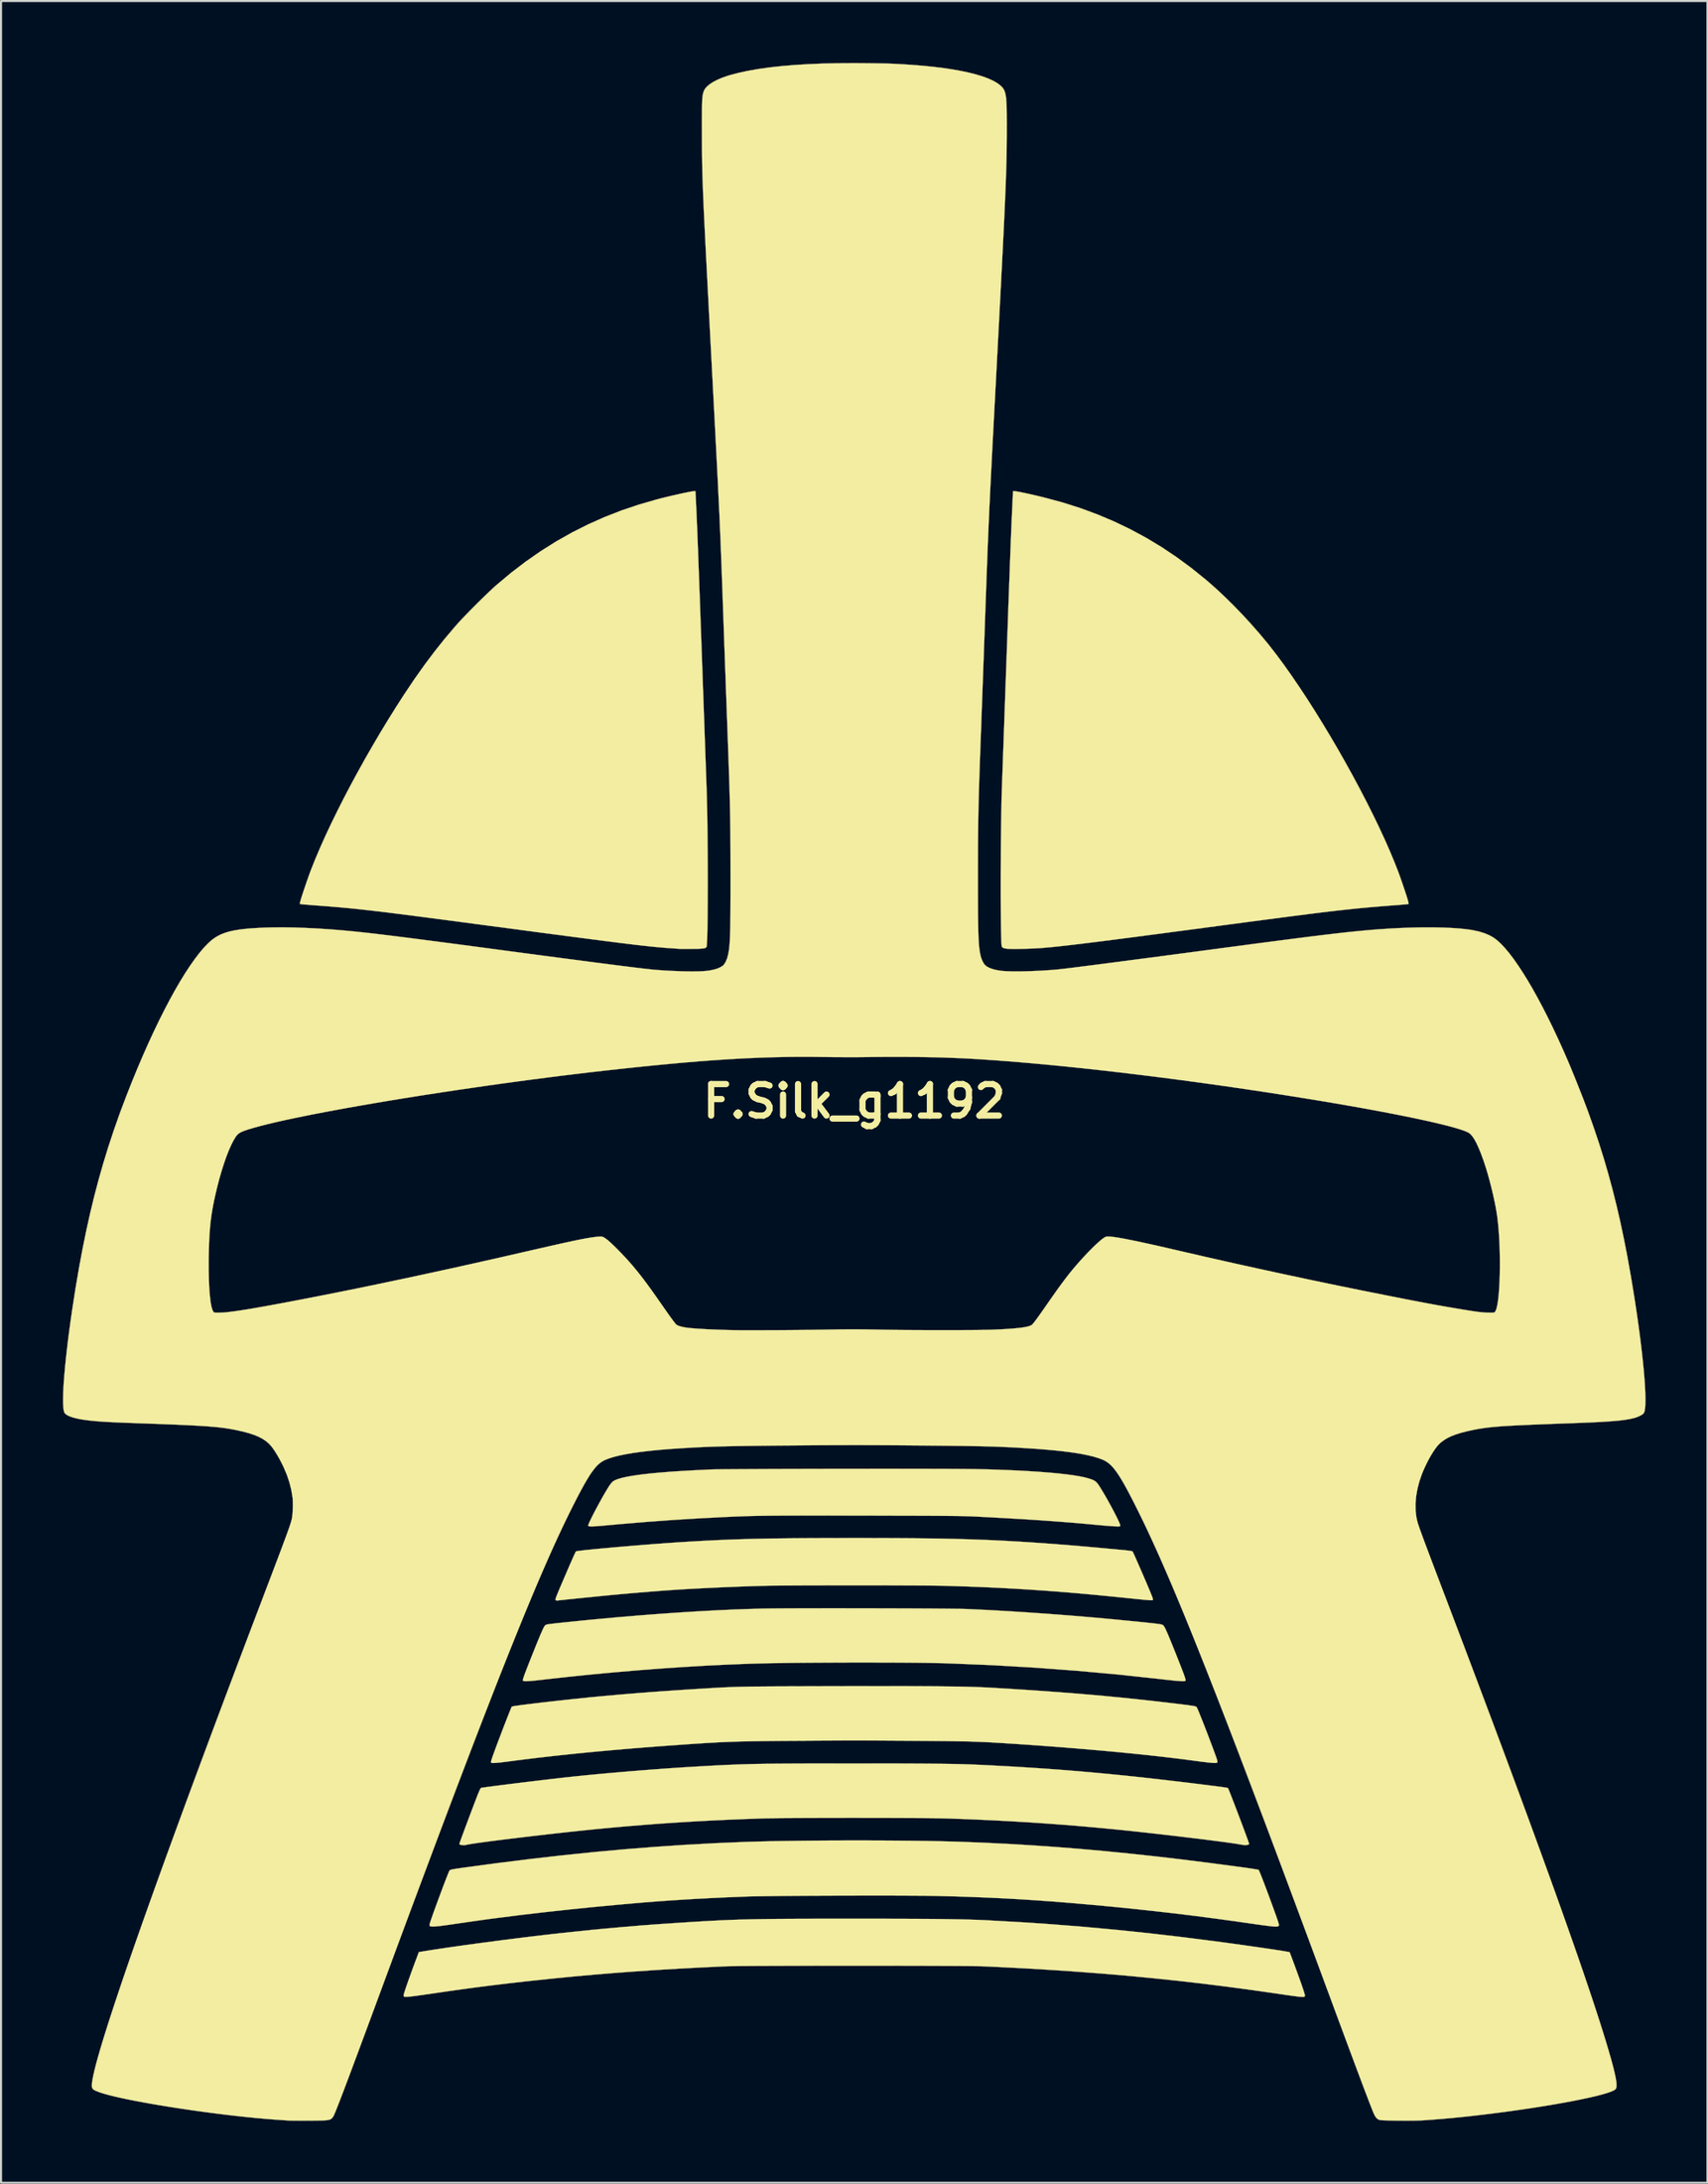
<source format=kicad_pcb>
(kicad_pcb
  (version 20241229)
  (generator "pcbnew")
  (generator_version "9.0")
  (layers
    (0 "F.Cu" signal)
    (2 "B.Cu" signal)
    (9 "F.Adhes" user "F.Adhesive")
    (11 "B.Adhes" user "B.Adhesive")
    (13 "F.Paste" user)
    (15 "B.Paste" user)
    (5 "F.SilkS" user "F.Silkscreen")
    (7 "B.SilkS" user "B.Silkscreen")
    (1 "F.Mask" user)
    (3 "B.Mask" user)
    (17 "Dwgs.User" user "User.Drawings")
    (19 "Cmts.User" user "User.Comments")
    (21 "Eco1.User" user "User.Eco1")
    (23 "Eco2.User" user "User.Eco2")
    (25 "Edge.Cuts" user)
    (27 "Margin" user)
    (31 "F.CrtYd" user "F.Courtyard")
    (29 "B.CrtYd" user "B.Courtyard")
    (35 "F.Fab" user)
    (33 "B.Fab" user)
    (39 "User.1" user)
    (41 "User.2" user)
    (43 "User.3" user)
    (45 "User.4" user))
  (footprint "F.Silk_g1192"
    (layer "F.Cu")
    (at 38.313 50.251)
    (property "Reference" "F.Silk_g1192" (at 0 0 0) (layer "F.SilkS") (effects (font (size 1.524 1.524) (thickness 0.3))))
    (attr through_hole)
    (fp_poly (pts (xy -0.616 24.536) (xy -0.2 24.537) (xy 0.22 24.537) (xy 0.642 24.538) (xy 1.063 24.539) (xy 1.48 24.54) (xy 1.89 24.541) (xy 2.292 24.543) (xy 2.682 24.544) (xy 3.059 24.546) (xy 3.418 24.548) (xy 3.759 24.55) (xy 4.077 24.553) (xy 4.371 24.555) (xy 4.638 24.558) (xy 4.876 24.561) (xy 5.081 24.563) (xy 5.252 24.566) (xy 5.385 24.57) (xy 5.472 24.573) (xy 6.414 24.617) (xy 7.391 24.672) (xy 8.395 24.736) (xy 9.42 24.808) (xy 10.46 24.888) (xy 11.508 24.976) (xy 12.556 25.071) (xy 13.599 25.173) (xy 14.065 25.221) (xy 14.276 25.243) (xy 14.449 25.261) (xy 14.588 25.277) (xy 14.697 25.291) (xy 14.781 25.303) (xy 14.843 25.314) (xy 14.888 25.325) (xy 14.92 25.337) (xy 14.943 25.349) (xy 14.961 25.364) (xy 14.963 25.365) (xy 14.986 25.391) (xy 15.013 25.432) (xy 15.046 25.49) (xy 15.085 25.568) (xy 15.131 25.67) (xy 15.187 25.796) (xy 15.252 25.951) (xy 15.328 26.137) (xy 15.417 26.356) (xy 15.52 26.611) (xy 15.548 26.681) (xy 15.654 26.947) (xy 15.745 27.178) (xy 15.822 27.374) (xy 15.886 27.539) (xy 15.938 27.676) (xy 15.978 27.786) (xy 16.008 27.873) (xy 16.028 27.939) (xy 16.04 27.986) (xy 16.044 28.018) (xy 16.042 28.037) (xy 16.039 28.043) (xy 16.018 28.054) (xy 15.981 28.062) (xy 15.924 28.065) (xy 15.844 28.063) (xy 15.74 28.057) (xy 15.607 28.047) (xy 15.442 28.031) (xy 15.244 28.01) (xy 15.008 27.984) (xy 14.82 27.962) (xy 12.801 27.744) (xy 10.769 27.56) (xy 8.734 27.408) (xy 6.703 27.29) (xy 4.685 27.207) (xy 4.403 27.198) (xy 4.124 27.191) (xy 3.806 27.184) (xy 3.454 27.178) (xy 3.07 27.173) (xy 2.659 27.169) (xy 2.224 27.166) (xy 1.769 27.163) (xy 1.298 27.162) (xy 0.814 27.161) (xy 0.321 27.161) (xy -0.177 27.161) (xy -0.676 27.163) (xy -1.174 27.165) (xy -1.665 27.168) (xy -2.147 27.171) (xy -2.616 27.175) (xy -3.068 27.18) (xy -3.498 27.186) (xy -3.905 27.192) (xy -4.283 27.199) (xy -4.629 27.207) (xy -4.94 27.216) (xy -5.101 27.221) (xy -6.115 27.261) (xy -7.163 27.312) (xy -8.239 27.376) (xy -9.334 27.45) (xy -10.443 27.535) (xy -11.559 27.63) (xy -12.676 27.734) (xy -13.786 27.848) (xy -14.884 27.969) (xy -15.081 27.992) (xy -15.32 28.019) (xy -15.52 28.04) (xy -15.683 28.055) (xy -15.813 28.063) (xy -15.911 28.065) (xy -15.98 28.062) (xy -16.023 28.052) (xy -16.039 28.043) (xy -16.044 28.031) (xy -16.045 28.008) (xy -16.038 27.973) (xy -16.025 27.922) (xy -16.003 27.854) (xy -15.971 27.764) (xy -15.929 27.65) (xy -15.876 27.511) (xy -15.81 27.342) (xy -15.731 27.142) (xy -15.638 26.907) (xy -15.556 26.702) (xy -15.447 26.43) (xy -15.352 26.195) (xy -15.27 25.996) (xy -15.2 25.828) (xy -15.14 25.69) (xy -15.09 25.579) (xy -15.049 25.493) (xy -15.014 25.43) (xy -14.986 25.387) (xy -14.97 25.366) (xy -14.955 25.353) (xy -14.938 25.342) (xy -14.912 25.331) (xy -14.875 25.321) (xy -14.823 25.311) (xy -14.751 25.3) (xy -14.657 25.288) (xy -14.537 25.274) (xy -14.386 25.257) (xy -14.201 25.237) (xy -13.978 25.214) (xy -13.949 25.211) (xy -13.091 25.123) (xy -12.234 25.041) (xy -11.381 24.964) (xy -10.536 24.893) (xy -9.702 24.828) (xy -8.883 24.769) (xy -8.083 24.716) (xy -7.306 24.669) (xy -6.554 24.63) (xy -5.832 24.597) (xy -5.144 24.572) (xy -4.492 24.554) (xy -4.35 24.551) (xy -4.185 24.549) (xy -3.984 24.546) (xy -3.751 24.544) (xy -3.488 24.542) (xy -3.198 24.541) (xy -2.883 24.539) (xy -2.546 24.538) (xy -2.189 24.537) (xy -1.815 24.537) (xy -1.426 24.536) (xy -1.026 24.536) (xy -0.616 24.536)) (stroke (width 0.01) (type solid)) (fill yes) (layer "F.SilkS"))
    (fp_poly (pts (xy 1.725 17.784) (xy 2.165 17.784) (xy 2.593 17.785) (xy 3.005 17.785) (xy 3.4 17.786) (xy 3.776 17.787) (xy 4.13 17.788) (xy 4.461 17.789) (xy 4.765 17.79) (xy 5.042 17.792) (xy 5.288 17.794) (xy 5.501 17.796) (xy 5.68 17.798) (xy 5.791 17.799) (xy 6.339 17.811) (xy 6.872 17.827) (xy 7.388 17.846) (xy 7.884 17.868) (xy 8.358 17.894) (xy 8.808 17.922) (xy 9.232 17.953) (xy 9.627 17.987) (xy 9.993 18.023) (xy 10.325 18.062) (xy 10.623 18.102) (xy 10.884 18.145) (xy 11.106 18.189) (xy 11.205 18.213) (xy 11.367 18.258) (xy 11.495 18.3) (xy 11.594 18.343) (xy 11.671 18.39) (xy 11.734 18.444) (xy 11.735 18.445) (xy 11.78 18.498) (xy 11.839 18.581) (xy 11.91 18.69) (xy 11.99 18.821) (xy 12.078 18.968) (xy 12.172 19.128) (xy 12.268 19.297) (xy 12.364 19.471) (xy 12.459 19.645) (xy 12.55 19.816) (xy 12.634 19.978) (xy 12.71 20.128) (xy 12.775 20.262) (xy 12.827 20.375) (xy 12.863 20.463) (xy 12.881 20.522) (xy 12.882 20.545) (xy 12.872 20.559) (xy 12.852 20.568) (xy 12.813 20.573) (xy 12.75 20.574) (xy 12.655 20.571) (xy 12.588 20.568) (xy 12.494 20.563) (xy 12.367 20.554) (xy 12.213 20.542) (xy 12.043 20.528) (xy 11.863 20.512) (xy 11.682 20.495) (xy 11.642 20.491) (xy 11.184 20.448) (xy 10.715 20.407) (xy 10.232 20.368) (xy 9.732 20.329) (xy 9.212 20.292) (xy 8.667 20.255) (xy 8.095 20.219) (xy 7.493 20.184) (xy 6.856 20.148) (xy 6.182 20.112) (xy 5.831 20.094) (xy 5.745 20.09) (xy 5.655 20.086) (xy 5.558 20.083) (xy 5.452 20.08) (xy 5.337 20.077) (xy 5.209 20.074) (xy 5.068 20.071) (xy 4.911 20.069) (xy 4.736 20.067) (xy 4.541 20.065) (xy 4.325 20.063) (xy 4.086 20.061) (xy 3.821 20.06) (xy 3.53 20.058) (xy 3.209 20.057) (xy 2.858 20.056) (xy 2.474 20.055) (xy 2.055 20.054) (xy 1.6 20.053) (xy 1.107 20.051) (xy 0.573 20.05) (xy 0.497 20.05) (xy -0.065 20.049) (xy -0.587 20.048) (xy -1.071 20.048) (xy -1.52 20.047) (xy -1.934 20.047) (xy -2.317 20.047) (xy -2.671 20.048) (xy -2.997 20.048) (xy -3.299 20.049) (xy -3.577 20.051) (xy -3.835 20.052) (xy -4.074 20.055) (xy -4.297 20.057) (xy -4.505 20.06) (xy -4.701 20.064) (xy -4.887 20.068) (xy -5.066 20.072) (xy -5.238 20.077) (xy -5.407 20.083) (xy -5.575 20.089) (xy -5.744 20.095) (xy -5.916 20.103) (xy -6.092 20.111) (xy -6.276 20.119) (xy -7.563 20.187) (xy -8.822 20.265) (xy -10.065 20.356) (xy -11.306 20.46) (xy -11.968 20.52) (xy -12.198 20.541) (xy -12.389 20.557) (xy -12.544 20.567) (xy -12.666 20.573) (xy -12.757 20.573) (xy -12.822 20.568) (xy -12.863 20.558) (xy -12.882 20.543) (xy -12.884 20.54) (xy -12.879 20.508) (xy -12.855 20.444) (xy -12.815 20.352) (xy -12.759 20.235) (xy -12.692 20.098) (xy -12.614 19.945) (xy -12.529 19.781) (xy -12.437 19.61) (xy -12.343 19.435) (xy -12.246 19.26) (xy -12.151 19.091) (xy -12.058 18.931) (xy -11.971 18.785) (xy -11.892 18.656) (xy -11.874 18.628) (xy -11.813 18.541) (xy -11.75 18.462) (xy -11.694 18.405) (xy -11.677 18.391) (xy -11.573 18.333) (xy -11.427 18.277) (xy -11.239 18.223) (xy -11.009 18.172) (xy -10.736 18.123) (xy -10.422 18.077) (xy -10.065 18.033) (xy -9.666 17.992) (xy -9.225 17.954) (xy -8.742 17.917) (xy -8.217 17.884) (xy -7.65 17.853) (xy -7.041 17.824) (xy -6.932 17.82) (xy -6.847 17.817) (xy -6.722 17.814) (xy -6.559 17.812) (xy -6.36 17.809) (xy -6.128 17.807) (xy -5.864 17.805) (xy -5.571 17.803) (xy -5.252 17.801) (xy -4.907 17.799) (xy -4.54 17.797) (xy -4.153 17.795) (xy -3.748 17.793) (xy -3.327 17.792) (xy -2.892 17.791) (xy -2.445 17.789) (xy -1.99 17.788) (xy -1.527 17.787) (xy -1.059 17.786) (xy -0.589 17.786) (xy -0.118 17.785) (xy 0.351 17.785) (xy 0.816 17.784) (xy 1.275 17.784) (xy 1.725 17.784)) (stroke (width 0.01) (type solid)) (fill yes) (layer "F.SilkS"))
    (fp_poly (pts (xy 0.709 35.774) (xy 1.308 35.776) (xy 1.897 35.78) (xy 2.471 35.785) (xy 3.025 35.791) (xy 3.556 35.799) (xy 4.059 35.809) (xy 4.529 35.82) (xy 4.962 35.832) (xy 5.048 35.835) (xy 6.221 35.88) (xy 7.389 35.937) (xy 8.558 36.006) (xy 9.733 36.087) (xy 10.917 36.181) (xy 12.117 36.288) (xy 13.336 36.409) (xy 14.58 36.543) (xy 15.854 36.692) (xy 17.162 36.856) (xy 17.293 36.873) (xy 17.672 36.923) (xy 18.01 36.967) (xy 18.309 37.007) (xy 18.57 37.042) (xy 18.795 37.072) (xy 18.985 37.099) (xy 19.141 37.121) (xy 19.265 37.14) (xy 19.359 37.155) (xy 19.395 37.161) (xy 19.582 37.195) (xy 19.635 37.314) (xy 19.667 37.391) (xy 19.712 37.503) (xy 19.767 37.644) (xy 19.831 37.81) (xy 19.901 37.994) (xy 19.976 38.193) (xy 20.054 38.401) (xy 20.132 38.613) (xy 20.209 38.823) (xy 20.284 39.027) (xy 20.353 39.218) (xy 20.416 39.393) (xy 20.47 39.546) (xy 20.512 39.671) (xy 20.547 39.779) (xy 20.563 39.854) (xy 20.558 39.901) (xy 20.528 39.927) (xy 20.471 39.939) (xy 20.383 39.941) (xy 20.374 39.941) (xy 20.317 39.938) (xy 20.224 39.93) (xy 20.101 39.916) (xy 19.956 39.898) (xy 19.792 39.877) (xy 19.618 39.853) (xy 19.493 39.835) (xy 18.454 39.686) (xy 17.445 39.548) (xy 16.456 39.419) (xy 15.478 39.3) (xy 14.499 39.188) (xy 13.511 39.082) (xy 12.503 38.98) (xy 11.464 38.883) (xy 11.356 38.874) (xy 10.489 38.798) (xy 9.655 38.731) (xy 8.845 38.673) (xy 8.049 38.621) (xy 7.259 38.577) (xy 6.465 38.539) (xy 5.659 38.507) (xy 4.832 38.48) (xy 3.975 38.459) (xy 3.958 38.458) (xy 3.759 38.455) (xy 3.524 38.451) (xy 3.256 38.448) (xy 2.957 38.446) (xy 2.632 38.444) (xy 2.283 38.443) (xy 1.913 38.441) (xy 1.524 38.441) (xy 1.121 38.44) (xy 0.706 38.44) (xy 0.282 38.441) (xy -0.148 38.442) (xy -0.58 38.443) (xy -1.013 38.444) (xy -1.442 38.446) (xy -1.865 38.448) (xy -2.279 38.45) (xy -2.681 38.453) (xy -3.067 38.456) (xy -3.435 38.459) (xy -3.782 38.463) (xy -4.104 38.467) (xy -4.399 38.471) (xy -4.664 38.475) (xy -4.895 38.479) (xy -5.09 38.484) (xy -5.239 38.489) (xy -6.112 38.523) (xy -6.969 38.563) (xy -7.806 38.608) (xy -8.617 38.658) (xy -9.397 38.712) (xy -10.14 38.77) (xy -10.234 38.777) (xy -11.448 38.884) (xy -12.646 38.997) (xy -13.824 39.117) (xy -14.976 39.243) (xy -16.097 39.374) (xy -17.183 39.511) (xy -17.568 39.562) (xy -17.683 39.577) (xy -17.791 39.591) (xy -17.895 39.606) (xy -18 39.62) (xy -18.111 39.636) (xy -18.233 39.653) (xy -18.368 39.672) (xy -18.523 39.694) (xy -18.7 39.72) (xy -18.905 39.75) (xy -19.142 39.784) (xy -19.416 39.824) (xy -19.493 39.835) (xy -19.738 39.87) (xy -19.944 39.898) (xy -20.114 39.918) (xy -20.252 39.932) (xy -20.36 39.939) (xy -20.442 39.939) (xy -20.5 39.933) (xy -20.537 39.922) (xy -20.554 39.909) (xy -20.564 39.887) (xy -20.564 39.852) (xy -20.552 39.797) (xy -20.527 39.714) (xy -20.516 39.68) (xy -20.478 39.567) (xy -20.429 39.428) (xy -20.372 39.266) (xy -20.307 39.088) (xy -20.237 38.896) (xy -20.164 38.696) (xy -20.088 38.492) (xy -20.013 38.289) (xy -19.939 38.091) (xy -19.868 37.903) (xy -19.801 37.73) (xy -19.742 37.575) (xy -19.69 37.445) (xy -19.649 37.343) (xy -19.62 37.273) (xy -19.609 37.251) (xy -19.598 37.232) (xy -19.582 37.216) (xy -19.558 37.201) (xy -19.52 37.188) (xy -19.464 37.174) (xy -19.386 37.16) (xy -19.282 37.143) (xy -19.147 37.123) (xy -18.976 37.098) (xy -18.881 37.085) (xy -17.264 36.867) (xy -15.681 36.67) (xy -14.129 36.493) (xy -12.605 36.336) (xy -11.107 36.199) (xy -9.631 36.082) (xy -8.175 35.984) (xy -6.736 35.906) (xy -5.323 35.846) (xy -4.898 35.833) (xy -4.435 35.82) (xy -3.939 35.809) (xy -3.414 35.8) (xy -2.863 35.792) (xy -2.293 35.785) (xy -1.707 35.78) (xy -1.109 35.776) (xy -0.504 35.774) (xy 0.103 35.773) (xy 0.709 35.774)) (stroke (width 0.01) (type solid)) (fill yes) (layer "F.SilkS"))
    (fp_poly (pts (xy 1.074 21.137) (xy 1.678 21.139) (xy 2.249 21.142) (xy 2.791 21.146) (xy 3.307 21.152) (xy 3.8 21.158) (xy 4.271 21.166) (xy 4.723 21.176) (xy 5.159 21.187) (xy 5.583 21.199) (xy 5.995 21.214) (xy 6.4 21.229) (xy 6.8 21.247) (xy 7.196 21.266) (xy 7.593 21.288) (xy 7.992 21.311) (xy 8.397 21.336) (xy 8.81 21.364) (xy 9.186 21.39) (xy 9.422 21.407) (xy 9.649 21.424) (xy 9.872 21.441) (xy 10.094 21.458) (xy 10.32 21.476) (xy 10.554 21.495) (xy 10.8 21.516) (xy 11.061 21.539) (xy 11.342 21.564) (xy 11.647 21.591) (xy 11.979 21.621) (xy 12.343 21.655) (xy 12.743 21.692) (xy 13.016 21.717) (xy 13.185 21.734) (xy 13.317 21.75) (xy 13.41 21.765) (xy 13.464 21.779) (xy 13.476 21.785) (xy 13.489 21.809) (xy 13.517 21.868) (xy 13.558 21.957) (xy 13.61 22.072) (xy 13.671 22.209) (xy 13.739 22.364) (xy 13.812 22.531) (xy 13.889 22.707) (xy 13.968 22.888) (xy 14.046 23.069) (xy 14.122 23.246) (xy 14.194 23.415) (xy 14.26 23.57) (xy 14.318 23.709) (xy 14.366 23.827) (xy 14.377 23.852) (xy 14.42 23.961) (xy 14.448 24.038) (xy 14.462 24.088) (xy 14.464 24.12) (xy 14.456 24.138) (xy 14.454 24.14) (xy 14.44 24.146) (xy 14.412 24.148) (xy 14.365 24.148) (xy 14.297 24.145) (xy 14.205 24.138) (xy 14.085 24.128) (xy 13.935 24.114) (xy 13.751 24.096) (xy 13.53 24.073) (xy 13.346 24.054) (xy 12.475 23.965) (xy 11.639 23.884) (xy 10.833 23.811) (xy 10.051 23.745) (xy 9.286 23.687) (xy 8.532 23.635) (xy 7.784 23.589) (xy 7.036 23.549) (xy 6.281 23.514) (xy 5.513 23.484) (xy 4.727 23.459) (xy 4.424 23.45) (xy 4.274 23.447) (xy 4.086 23.444) (xy 3.861 23.441) (xy 3.603 23.438) (xy 3.316 23.436) (xy 3.002 23.434) (xy 2.664 23.432) (xy 2.305 23.431) (xy 1.929 23.429) (xy 1.539 23.428) (xy 1.137 23.427) (xy 0.727 23.427) (xy 0.311 23.427) (xy -0.107 23.427) (xy -0.524 23.427) (xy -0.937 23.427) (xy -1.343 23.428) (xy -1.739 23.429) (xy -2.121 23.43) (xy -2.488 23.431) (xy -2.835 23.433) (xy -3.16 23.435) (xy -3.46 23.437) (xy -3.731 23.44) (xy -3.971 23.442) (xy -4.176 23.445) (xy -4.343 23.449) (xy -4.413 23.45) (xy -4.987 23.467) (xy -5.564 23.487) (xy -6.141 23.51) (xy -6.712 23.535) (xy -7.27 23.562) (xy -7.812 23.59) (xy -8.331 23.62) (xy -8.822 23.652) (xy -9.28 23.684) (xy -9.567 23.707) (xy -9.899 23.733) (xy -10.195 23.758) (xy -10.46 23.779) (xy -10.699 23.799) (xy -10.919 23.818) (xy -11.124 23.836) (xy -11.322 23.854) (xy -11.517 23.872) (xy -11.714 23.89) (xy -11.921 23.91) (xy -12.141 23.932) (xy -12.34 23.951) (xy -12.515 23.969) (xy -12.705 23.988) (xy -12.904 24.008) (xy -13.108 24.028) (xy -13.313 24.049) (xy -13.512 24.07) (xy -13.702 24.089) (xy -13.877 24.107) (xy -14.033 24.124) (xy -14.165 24.138) (xy -14.268 24.149) (xy -14.338 24.157) (xy -14.366 24.16) (xy -14.424 24.158) (xy -14.456 24.141) (xy -14.463 24.127) (xy -14.464 24.103) (xy -14.457 24.067) (xy -14.441 24.014) (xy -14.414 23.941) (xy -14.375 23.844) (xy -14.324 23.719) (xy -14.257 23.561) (xy -14.196 23.419) (xy -14.054 23.087) (xy -13.928 22.794) (xy -13.818 22.539) (xy -13.723 22.322) (xy -13.644 22.143) (xy -13.58 22) (xy -13.531 21.893) (xy -13.497 21.823) (xy -13.478 21.788) (xy -13.475 21.785) (xy -13.448 21.776) (xy -13.381 21.765) (xy -13.278 21.751) (xy -13.141 21.735) (xy -12.973 21.716) (xy -12.778 21.696) (xy -12.558 21.674) (xy -12.316 21.651) (xy -12.055 21.627) (xy -11.778 21.602) (xy -11.487 21.576) (xy -11.186 21.55) (xy -10.877 21.524) (xy -10.564 21.498) (xy -10.249 21.472) (xy -9.935 21.447) (xy -9.626 21.423) (xy -9.323 21.401) (xy -9.03 21.379) (xy -8.75 21.36) (xy -8.485 21.342) (xy -8.403 21.337) (xy -7.979 21.311) (xy -7.57 21.287) (xy -7.171 21.265) (xy -6.78 21.246) (xy -6.393 21.228) (xy -6.005 21.212) (xy -5.613 21.199) (xy -5.215 21.186) (xy -4.805 21.176) (xy -4.381 21.167) (xy -3.938 21.159) (xy -3.473 21.153) (xy -2.983 21.147) (xy -2.464 21.143) (xy -1.912 21.14) (xy -1.323 21.138) (xy -0.953 21.137) (xy -0.238 21.136) (xy 0.437 21.136) (xy 1.074 21.137)) (stroke (width 0.01) (type solid)) (fill yes) (layer "F.SilkS"))
    (fp_poly (pts (xy 7.824 -29.523) (xy 7.912 -29.508) (xy 8.032 -29.486) (xy 8.178 -29.456) (xy 8.347 -29.42) (xy 8.532 -29.38) (xy 8.73 -29.335) (xy 8.935 -29.286) (xy 9.143 -29.236) (xy 9.215 -29.218) (xy 10.092 -28.981) (xy 10.945 -28.711) (xy 11.773 -28.405) (xy 12.579 -28.065) (xy 13.365 -27.688) (xy 14.131 -27.275) (xy 14.879 -26.825) (xy 15.61 -26.336) (xy 16.326 -25.809) (xy 17.029 -25.242) (xy 17.111 -25.172) (xy 17.522 -24.81) (xy 17.944 -24.415) (xy 18.371 -23.994) (xy 18.796 -23.554) (xy 19.213 -23.101) (xy 19.617 -22.641) (xy 20 -22.181) (xy 20.11 -22.045) (xy 20.457 -21.597) (xy 20.815 -21.113) (xy 21.181 -20.596) (xy 21.552 -20.051) (xy 21.928 -19.482) (xy 22.305 -18.891) (xy 22.681 -18.284) (xy 23.055 -17.663) (xy 23.424 -17.033) (xy 23.785 -16.397) (xy 24.138 -15.759) (xy 24.479 -15.123) (xy 24.806 -14.493) (xy 25.118 -13.872) (xy 25.412 -13.264) (xy 25.686 -12.674) (xy 25.937 -12.104) (xy 26.164 -11.559) (xy 26.331 -11.133) (xy 26.38 -11) (xy 26.435 -10.849) (xy 26.492 -10.686) (xy 26.551 -10.517) (xy 26.608 -10.348) (xy 26.663 -10.184) (xy 26.713 -10.031) (xy 26.757 -9.895) (xy 26.792 -9.781) (xy 26.817 -9.694) (xy 26.83 -9.642) (xy 26.83 -9.639) (xy 26.844 -9.552) (xy 26.752 -9.538) (xy 26.702 -9.533) (xy 26.618 -9.525) (xy 26.509 -9.515) (xy 26.382 -9.505) (xy 26.246 -9.494) (xy 26.236 -9.493) (xy 25.984 -9.474) (xy 25.743 -9.456) (xy 25.51 -9.437) (xy 25.284 -9.418) (xy 25.061 -9.399) (xy 24.841 -9.38) (xy 24.62 -9.359) (xy 24.397 -9.338) (xy 24.17 -9.315) (xy 23.936 -9.29) (xy 23.693 -9.264) (xy 23.44 -9.236) (xy 23.174 -9.205) (xy 22.893 -9.172) (xy 22.594 -9.136) (xy 22.277 -9.097) (xy 21.938 -9.054) (xy 21.575 -9.008) (xy 21.187 -8.958) (xy 20.772 -8.904) (xy 20.326 -8.846) (xy 19.848 -8.783) (xy 19.336 -8.716) (xy 18.788 -8.643) (xy 18.202 -8.565) (xy 17.78 -8.509) (xy 17.084 -8.416) (xy 16.429 -8.329) (xy 15.813 -8.248) (xy 15.235 -8.171) (xy 14.692 -8.099) (xy 14.184 -8.033) (xy 13.708 -7.97) (xy 13.264 -7.912) (xy 12.851 -7.859) (xy 12.465 -7.809) (xy 12.107 -7.763) (xy 11.774 -7.721) (xy 11.465 -7.683) (xy 11.178 -7.647) (xy 10.913 -7.615) (xy 10.667 -7.586) (xy 10.439 -7.559) (xy 10.227 -7.535) (xy 10.03 -7.513) (xy 9.847 -7.493) (xy 9.676 -7.475) (xy 9.515 -7.459) (xy 9.364 -7.445) (xy 9.22 -7.432) (xy 9.081 -7.42) (xy 9.059 -7.419) (xy 8.918 -7.409) (xy 8.755 -7.4) (xy 8.576 -7.392) (xy 8.389 -7.385) (xy 8.198 -7.38) (xy 8.012 -7.376) (xy 7.836 -7.374) (xy 7.678 -7.374) (xy 7.543 -7.376) (xy 7.438 -7.38) (xy 7.377 -7.385) (xy 7.267 -7.405) (xy 7.194 -7.433) (xy 7.152 -7.472) (xy 7.145 -7.487) (xy 7.137 -7.528) (xy 7.13 -7.609) (xy 7.124 -7.727) (xy 7.118 -7.88) (xy 7.113 -8.065) (xy 7.108 -8.28) (xy 7.104 -8.521) (xy 7.101 -8.788) (xy 7.098 -9.076) (xy 7.096 -9.384) (xy 7.094 -9.708) (xy 7.093 -10.047) (xy 7.093 -10.398) (xy 7.093 -10.758) (xy 7.094 -11.125) (xy 7.096 -11.496) (xy 7.098 -11.869) (xy 7.1 -12.241) (xy 7.103 -12.609) (xy 7.107 -12.972) (xy 7.111 -13.326) (xy 7.116 -13.669) (xy 7.122 -13.999) (xy 7.128 -14.312) (xy 7.134 -14.607) (xy 7.141 -14.88) (xy 7.149 -15.13) (xy 7.152 -15.219) (xy 7.158 -15.377) (xy 7.165 -15.575) (xy 7.173 -15.809) (xy 7.183 -16.075) (xy 7.193 -16.372) (xy 7.205 -16.695) (xy 7.217 -17.041) (xy 7.231 -17.409) (xy 7.244 -17.793) (xy 7.259 -18.191) (xy 7.273 -18.601) (xy 7.288 -19.019) (xy 7.303 -19.441) (xy 7.318 -19.865) (xy 7.333 -20.288) (xy 7.335 -20.32) (xy 7.358 -20.983) (xy 7.381 -21.606) (xy 7.401 -22.19) (xy 7.421 -22.736) (xy 7.439 -23.246) (xy 7.456 -23.721) (xy 7.472 -24.164) (xy 7.487 -24.576) (xy 7.501 -24.957) (xy 7.514 -25.311) (xy 7.526 -25.639) (xy 7.537 -25.941) (xy 7.548 -26.22) (xy 7.557 -26.477) (xy 7.566 -26.714) (xy 7.575 -26.933) (xy 7.582 -27.135) (xy 7.59 -27.321) (xy 7.597 -27.493) (xy 7.603 -27.653) (xy 7.609 -27.802) (xy 7.615 -27.943) (xy 7.621 -28.075) (xy 7.627 -28.202) (xy 7.632 -28.325) (xy 7.638 -28.444) (xy 7.64 -28.501) (xy 7.648 -28.657) (xy 7.656 -28.824) (xy 7.663 -28.988) (xy 7.67 -29.134) (xy 7.674 -29.226) (xy 7.688 -29.527) (xy 7.772 -29.527) (xy 7.824 -29.523)) (stroke (width 0.01) (type solid)) (fill yes) (layer "F.SilkS"))
    (fp_poly (pts (xy 0.618 39.561) (xy 1.185 39.562) (xy 1.714 39.563) (xy 2.207 39.564) (xy 2.665 39.566) (xy 3.09 39.568) (xy 3.486 39.57) (xy 3.853 39.573) (xy 4.194 39.577) (xy 4.51 39.581) (xy 4.804 39.586) (xy 5.078 39.591) (xy 5.334 39.596) (xy 5.573 39.603) (xy 5.797 39.61) (xy 6.01 39.618) (xy 6.212 39.626) (xy 6.403 39.635) (xy 7.978 39.723) (xy 9.542 39.828) (xy 11.101 39.952) (xy 12.665 40.096) (xy 14.239 40.259) (xy 15.833 40.444) (xy 17.454 40.65) (xy 17.78 40.693) (xy 18.082 40.734) (xy 18.385 40.776) (xy 18.685 40.817) (xy 18.981 40.859) (xy 19.27 40.9) (xy 19.547 40.94) (xy 19.81 40.978) (xy 20.057 41.014) (xy 20.285 41.048) (xy 20.489 41.08) (xy 20.668 41.107) (xy 20.819 41.132) (xy 20.938 41.152) (xy 21.023 41.167) (xy 21.07 41.178) (xy 21.08 41.181) (xy 21.09 41.203) (xy 21.112 41.26) (xy 21.146 41.347) (xy 21.188 41.46) (xy 21.237 41.592) (xy 21.292 41.739) (xy 21.35 41.896) (xy 21.41 42.059) (xy 21.469 42.222) (xy 21.527 42.381) (xy 21.581 42.53) (xy 21.629 42.664) (xy 21.669 42.78) (xy 21.697 42.859) (xy 21.737 42.98) (xy 21.772 43.089) (xy 21.8 43.18) (xy 21.817 43.245) (xy 21.823 43.276) (xy 21.822 43.297) (xy 21.816 43.315) (xy 21.803 43.329) (xy 21.779 43.339) (xy 21.743 43.344) (xy 21.69 43.345) (xy 21.618 43.341) (xy 21.523 43.332) (xy 21.404 43.318) (xy 21.257 43.299) (xy 21.078 43.274) (xy 20.866 43.244) (xy 20.616 43.207) (xy 20.426 43.179) (xy 19.223 43.007) (xy 18.032 42.848) (xy 16.845 42.7) (xy 15.66 42.564) (xy 14.47 42.44) (xy 13.271 42.325) (xy 12.057 42.221) (xy 10.825 42.127) (xy 9.568 42.042) (xy 8.282 41.965) (xy 6.963 41.897) (xy 6.234 41.864) (xy 6.146 41.861) (xy 6.018 41.858) (xy 5.852 41.856) (xy 5.651 41.853) (xy 5.416 41.851) (xy 5.151 41.849) (xy 4.856 41.847) (xy 4.535 41.845) (xy 4.19 41.844) (xy 3.823 41.842) (xy 3.436 41.841) (xy 3.031 41.84) (xy 2.611 41.839) (xy 2.178 41.838) (xy 1.735 41.837) (xy 1.283 41.837) (xy 0.825 41.837) (xy 0.362 41.836) (xy -0.101 41.836) (xy -0.565 41.836) (xy -1.025 41.837) (xy -1.481 41.837) (xy -1.929 41.838) (xy -2.368 41.838) (xy -2.795 41.839) (xy -3.208 41.84) (xy -3.604 41.842) (xy -3.982 41.843) (xy -4.339 41.845) (xy -4.673 41.846) (xy -4.981 41.848) (xy -5.262 41.85) (xy -5.513 41.852) (xy -5.732 41.855) (xy -5.916 41.857) (xy -6.064 41.86) (xy -6.173 41.862) (xy -6.212 41.864) (xy -7.351 41.917) (xy -8.453 41.975) (xy -9.526 42.039) (xy -10.575 42.109) (xy -11.607 42.186) (xy -12.627 42.27) (xy -13.643 42.362) (xy -14.659 42.462) (xy -15.683 42.57) (xy -16.044 42.61) (xy -16.432 42.654) (xy -16.798 42.696) (xy -17.149 42.738) (xy -17.489 42.779) (xy -17.824 42.821) (xy -18.159 42.864) (xy -18.5 42.909) (xy -18.853 42.957) (xy -19.222 43.008) (xy -19.614 43.063) (xy -20.034 43.124) (xy -20.486 43.19) (xy -20.765 43.23) (xy -21.022 43.267) (xy -21.24 43.297) (xy -21.419 43.319) (xy -21.562 43.333) (xy -21.67 43.341) (xy -21.745 43.341) (xy -21.786 43.336) (xy -21.816 43.308) (xy -21.823 43.277) (xy -21.815 43.237) (xy -21.794 43.161) (xy -21.76 43.052) (xy -21.713 42.912) (xy -21.656 42.746) (xy -21.59 42.556) (xy -21.514 42.345) (xy -21.432 42.116) (xy -21.343 41.874) (xy -21.249 41.62) (xy -21.15 41.358) (xy -21.126 41.294) (xy -21.081 41.175) (xy -20.674 41.109) (xy -20.359 41.059) (xy -20.006 41.006) (xy -19.621 40.949) (xy -19.209 40.89) (xy -18.773 40.829) (xy -18.32 40.767) (xy -17.853 40.705) (xy -17.378 40.642) (xy -16.9 40.58) (xy -16.423 40.52) (xy -15.951 40.461) (xy -15.491 40.405) (xy -15.047 40.353) (xy -14.623 40.304) (xy -14.425 40.282) (xy -13.581 40.191) (xy -12.765 40.107) (xy -11.969 40.03) (xy -11.182 39.96) (xy -10.396 39.894) (xy -9.602 39.834) (xy -8.79 39.777) (xy -7.95 39.723) (xy -7.366 39.688) (xy -7.12 39.674) (xy -6.884 39.661) (xy -6.655 39.649) (xy -6.432 39.638) (xy -6.212 39.628) (xy -5.992 39.619) (xy -5.77 39.611) (xy -5.544 39.603) (xy -5.312 39.597) (xy -5.07 39.591) (xy -4.817 39.585) (xy -4.551 39.581) (xy -4.268 39.577) (xy -3.967 39.573) (xy -3.645 39.57) (xy -3.3 39.568) (xy -2.93 39.566) (xy -2.531 39.564) (xy -2.102 39.563) (xy -1.641 39.562) (xy -1.144 39.562) (xy -0.61 39.561) (xy -0.037 39.561) (xy 0.011 39.561) (xy 0.618 39.561)) (stroke (width 0.01) (type solid)) (fill yes) (layer "F.SilkS"))
    (fp_poly (pts (xy -7.675 -29.247) (xy -7.668 -29.11) (xy -7.662 -28.975) (xy -7.656 -28.839) (xy -7.649 -28.702) (xy -7.643 -28.562) (xy -7.636 -28.417) (xy -7.63 -28.268) (xy -7.623 -28.111) (xy -7.616 -27.946) (xy -7.609 -27.772) (xy -7.601 -27.587) (xy -7.594 -27.39) (xy -7.585 -27.179) (xy -7.576 -26.953) (xy -7.567 -26.711) (xy -7.557 -26.452) (xy -7.547 -26.174) (xy -7.536 -25.875) (xy -7.524 -25.555) (xy -7.511 -25.213) (xy -7.498 -24.845) (xy -7.483 -24.453) (xy -7.468 -24.033) (xy -7.452 -23.586) (xy -7.435 -23.108) (xy -7.416 -22.6) (xy -7.397 -22.06) (xy -7.376 -21.486) (xy -7.355 -20.877) (xy -7.332 -20.232) (xy -7.307 -19.55) (xy -7.281 -18.828) (xy -7.254 -18.066) (xy -7.239 -17.632) (xy -7.229 -17.362) (xy -7.218 -17.06) (xy -7.207 -16.737) (xy -7.195 -16.403) (xy -7.183 -16.068) (xy -7.171 -15.744) (xy -7.16 -15.44) (xy -7.152 -15.198) (xy -7.143 -14.944) (xy -7.136 -14.667) (xy -7.129 -14.369) (xy -7.122 -14.053) (xy -7.116 -13.72) (xy -7.111 -13.375) (xy -7.107 -13.019) (xy -7.103 -12.655) (xy -7.1 -12.284) (xy -7.097 -11.911) (xy -7.095 -11.537) (xy -7.094 -11.164) (xy -7.093 -10.796) (xy -7.093 -10.434) (xy -7.094 -10.081) (xy -7.095 -9.741) (xy -7.097 -9.414) (xy -7.099 -9.104) (xy -7.102 -8.814) (xy -7.106 -8.545) (xy -7.111 -8.3) (xy -7.116 -8.082) (xy -7.121 -7.893) (xy -7.128 -7.736) (xy -7.135 -7.613) (xy -7.142 -7.527) (xy -7.15 -7.481) (xy -7.152 -7.475) (xy -7.171 -7.449) (xy -7.2 -7.428) (xy -7.243 -7.411) (xy -7.304 -7.399) (xy -7.389 -7.39) (xy -7.503 -7.383) (xy -7.649 -7.379) (xy -7.832 -7.377) (xy -7.842 -7.376) (xy -7.994 -7.375) (xy -8.136 -7.375) (xy -8.262 -7.375) (xy -8.365 -7.376) (xy -8.438 -7.377) (xy -8.467 -7.378) (xy -8.522 -7.383) (xy -8.608 -7.389) (xy -8.717 -7.397) (xy -8.837 -7.405) (xy -8.89 -7.409) (xy -9.009 -7.417) (xy -9.128 -7.426) (xy -9.25 -7.436) (xy -9.376 -7.447) (xy -9.507 -7.459) (xy -9.645 -7.472) (xy -9.791 -7.486) (xy -9.947 -7.503) (xy -10.115 -7.521) (xy -10.295 -7.541) (xy -10.49 -7.563) (xy -10.701 -7.588) (xy -10.929 -7.616) (xy -11.176 -7.646) (xy -11.444 -7.679) (xy -11.733 -7.716) (xy -12.046 -7.755) (xy -12.383 -7.799) (xy -12.747 -7.846) (xy -13.139 -7.897) (xy -13.561 -7.952) (xy -14.013 -8.011) (xy -14.498 -8.075) (xy -15.017 -8.143) (xy -15.571 -8.217) (xy -16.162 -8.295) (xy -16.792 -8.379) (xy -17.462 -8.468) (xy -17.685 -8.497) (xy -18.303 -8.579) (xy -18.882 -8.656) (xy -19.423 -8.728) (xy -19.928 -8.794) (xy -20.399 -8.856) (xy -20.838 -8.913) (xy -21.247 -8.966) (xy -21.628 -9.015) (xy -21.984 -9.061) (xy -22.316 -9.102) (xy -22.625 -9.141) (xy -22.915 -9.176) (xy -23.188 -9.208) (xy -23.444 -9.238) (xy -23.687 -9.265) (xy -23.918 -9.291) (xy -24.139 -9.314) (xy -24.352 -9.336) (xy -24.56 -9.356) (xy -24.764 -9.375) (xy -24.966 -9.393) (xy -25.168 -9.411) (xy -25.373 -9.427) (xy -25.582 -9.444) (xy -25.798 -9.461) (xy -26.022 -9.477) (xy -26.088 -9.482) (xy -26.244 -9.494) (xy -26.391 -9.506) (xy -26.523 -9.517) (xy -26.631 -9.526) (xy -26.71 -9.533) (xy -26.752 -9.538) (xy -26.844 -9.552) (xy -26.831 -9.639) (xy -26.819 -9.688) (xy -26.795 -9.772) (xy -26.76 -9.885) (xy -26.717 -10.02) (xy -26.666 -10.174) (xy -26.611 -10.339) (xy -26.553 -10.51) (xy -26.493 -10.683) (xy -26.434 -10.85) (xy -26.377 -11.008) (xy -26.325 -11.149) (xy -26.299 -11.218) (xy -26.094 -11.731) (xy -25.864 -12.272) (xy -25.611 -12.837) (xy -25.335 -13.425) (xy -25.039 -14.03) (xy -24.726 -14.65) (xy -24.396 -15.28) (xy -24.051 -15.918) (xy -23.695 -16.559) (xy -23.327 -17.2) (xy -22.952 -17.838) (xy -22.569 -18.469) (xy -22.181 -19.09) (xy -21.791 -19.696) (xy -21.77 -19.727) (xy -21.29 -20.442) (xy -20.81 -21.118) (xy -20.327 -21.762) (xy -19.838 -22.376) (xy -19.339 -22.965) (xy -19.198 -23.125) (xy -19.08 -23.254) (xy -18.937 -23.407) (xy -18.773 -23.577) (xy -18.594 -23.76) (xy -18.406 -23.95) (xy -18.213 -24.142) (xy -18.021 -24.331) (xy -17.835 -24.512) (xy -17.66 -24.679) (xy -17.502 -24.827) (xy -17.365 -24.951) (xy -17.325 -24.986) (xy -16.624 -25.573) (xy -15.91 -26.119) (xy -15.18 -26.627) (xy -14.434 -27.096) (xy -13.671 -27.527) (xy -12.89 -27.92) (xy -12.089 -28.277) (xy -11.267 -28.597) (xy -10.424 -28.881) (xy -9.559 -29.131) (xy -9.296 -29.198) (xy -9.117 -29.242) (xy -8.93 -29.287) (xy -8.741 -29.331) (xy -8.554 -29.373) (xy -8.376 -29.413) (xy -8.211 -29.448) (xy -8.064 -29.478) (xy -7.941 -29.502) (xy -7.847 -29.519) (xy -7.787 -29.527) (xy -7.775 -29.527) (xy -7.689 -29.527) (xy -7.675 -29.247)) (stroke (width 0.01) (type solid)) (fill yes) (layer "F.SilkS"))
    (fp_poly (pts (xy 2.046 28.304) (xy 2.543 28.305) (xy 3.007 28.306) (xy 3.439 28.309) (xy 3.84 28.311) (xy 4.213 28.315) (xy 4.557 28.319) (xy 4.876 28.323) (xy 5.171 28.328) (xy 5.442 28.334) (xy 5.691 28.341) (xy 5.92 28.348) (xy 6.131 28.356) (xy 6.325 28.364) (xy 6.502 28.374) (xy 6.509 28.374) (xy 7.41 28.427) (xy 8.274 28.482) (xy 9.105 28.538) (xy 9.907 28.597) (xy 10.685 28.657) (xy 11.444 28.721) (xy 12.188 28.788) (xy 12.921 28.859) (xy 13.649 28.933) (xy 14.375 29.012) (xy 15.105 29.096) (xy 15.356 29.126) (xy 15.61 29.156) (xy 15.824 29.182) (xy 16.003 29.204) (xy 16.151 29.223) (xy 16.269 29.24) (xy 16.362 29.253) (xy 16.434 29.266) (xy 16.486 29.276) (xy 16.524 29.287) (xy 16.549 29.297) (xy 16.566 29.307) (xy 16.578 29.318) (xy 16.595 29.349) (xy 16.626 29.416) (xy 16.668 29.514) (xy 16.72 29.64) (xy 16.78 29.79) (xy 16.848 29.959) (xy 16.921 30.143) (xy 16.997 30.339) (xy 17.076 30.542) (xy 17.155 30.749) (xy 17.233 30.955) (xy 17.309 31.156) (xy 17.381 31.348) (xy 17.447 31.528) (xy 17.506 31.691) (xy 17.538 31.783) (xy 17.572 31.885) (xy 17.587 31.954) (xy 17.578 31.997) (xy 17.541 32.018) (xy 17.472 32.024) (xy 17.365 32.02) (xy 17.351 32.019) (xy 17.272 32.013) (xy 17.159 32.002) (xy 17.021 31.986) (xy 16.864 31.967) (xy 16.696 31.946) (xy 16.527 31.923) (xy 16.521 31.922) (xy 15.987 31.851) (xy 15.415 31.78) (xy 14.807 31.709) (xy 14.166 31.638) (xy 13.495 31.569) (xy 12.798 31.5) (xy 12.077 31.433) (xy 11.336 31.368) (xy 10.579 31.305) (xy 9.807 31.243) (xy 9.025 31.185) (xy 8.235 31.129) (xy 7.441 31.077) (xy 7.048 31.052) (xy 6.847 31.04) (xy 6.654 31.029) (xy 6.464 31.019) (xy 6.275 31.01) (xy 6.084 31.002) (xy 5.888 30.995) (xy 5.682 30.988) (xy 5.465 30.982) (xy 5.232 30.977) (xy 4.981 30.973) (xy 4.707 30.968) (xy 4.409 30.964) (xy 4.083 30.961) (xy 3.724 30.957) (xy 3.332 30.954) (xy 2.901 30.951) (xy 2.752 30.95) (xy 2.365 30.947) (xy 2.018 30.945) (xy 1.705 30.943) (xy 1.422 30.941) (xy 1.167 30.939) (xy 0.935 30.938) (xy 0.721 30.937) (xy 0.524 30.936) (xy 0.337 30.935) (xy 0.159 30.935) (xy -0.016 30.935) (xy -0.191 30.935) (xy -0.37 30.935) (xy -0.556 30.936) (xy -0.754 30.937) (xy -0.968 30.938) (xy -1.201 30.94) (xy -1.457 30.941) (xy -1.74 30.943) (xy -2.054 30.945) (xy -2.402 30.948) (xy -2.72 30.95) (xy -3.174 30.953) (xy -3.589 30.956) (xy -3.97 30.96) (xy -4.319 30.963) (xy -4.641 30.968) (xy -4.94 30.972) (xy -5.218 30.978) (xy -5.481 30.984) (xy -5.731 30.991) (xy -5.972 30.999) (xy -6.208 31.008) (xy -6.443 31.018) (xy -6.681 31.03) (xy -6.925 31.044) (xy -7.179 31.059) (xy -7.447 31.076) (xy -7.732 31.094) (xy -8.038 31.115) (xy -8.35 31.137) (xy -9.458 31.217) (xy -10.532 31.301) (xy -11.57 31.389) (xy -12.572 31.48) (xy -13.537 31.575) (xy -14.462 31.673) (xy -15.349 31.774) (xy -16.194 31.879) (xy -16.581 31.929) (xy -16.831 31.962) (xy -17.042 31.988) (xy -17.214 32.007) (xy -17.351 32.019) (xy -17.454 32.024) (xy -17.525 32.024) (xy -17.566 32.017) (xy -17.575 32.011) (xy -17.584 31.996) (xy -17.587 31.971) (xy -17.581 31.932) (xy -17.566 31.875) (xy -17.539 31.793) (xy -17.501 31.682) (xy -17.449 31.539) (xy -17.433 31.493) (xy -17.376 31.338) (xy -17.312 31.166) (xy -17.243 30.982) (xy -17.17 30.79) (xy -17.095 30.593) (xy -17.02 30.396) (xy -16.946 30.203) (xy -16.874 30.019) (xy -16.807 29.846) (xy -16.745 29.69) (xy -16.691 29.554) (xy -16.646 29.443) (xy -16.612 29.36) (xy -16.59 29.31) (xy -16.582 29.297) (xy -16.555 29.288) (xy -16.487 29.274) (xy -16.38 29.257) (xy -16.236 29.236) (xy -16.057 29.212) (xy -15.844 29.185) (xy -15.598 29.155) (xy -15.322 29.122) (xy -15.017 29.086) (xy -14.685 29.048) (xy -14.327 29.008) (xy -13.945 28.967) (xy -13.652 28.935) (xy -12.894 28.856) (xy -12.111 28.781) (xy -11.3 28.709) (xy -10.458 28.64) (xy -9.584 28.573) (xy -8.673 28.509) (xy -7.725 28.448) (xy -7.038 28.406) (xy -6.869 28.396) (xy -6.71 28.386) (xy -6.558 28.378) (xy -6.411 28.37) (xy -6.267 28.363) (xy -6.123 28.357) (xy -5.978 28.351) (xy -5.829 28.346) (xy -5.673 28.341) (xy -5.509 28.337) (xy -5.334 28.333) (xy -5.147 28.329) (xy -4.944 28.326) (xy -4.724 28.324) (xy -4.484 28.321) (xy -4.223 28.319) (xy -3.937 28.317) (xy -3.625 28.315) (xy -3.284 28.314) (xy -2.913 28.312) (xy -2.508 28.311) (xy -2.068 28.31) (xy -1.591 28.308) (xy -1.074 28.307) (xy -0.995 28.307) (xy -0.308 28.305) (xy 0.338 28.304) (xy 0.945 28.303) (xy 1.513 28.303) (xy 2.046 28.304)) (stroke (width 0.01) (type solid)) (fill yes) (layer "F.SilkS"))
    (fp_poly (pts (xy 0.56 32.047) (xy 1.09 32.048) (xy 1.582 32.048) (xy 2.039 32.049) (xy 2.462 32.05) (xy 2.853 32.052) (xy 3.216 32.054) (xy 3.552 32.056) (xy 3.863 32.059) (xy 4.152 32.062) (xy 4.421 32.066) (xy 4.672 32.07) (xy 4.907 32.074) (xy 5.128 32.08) (xy 5.338 32.085) (xy 5.539 32.092) (xy 5.734 32.099) (xy 5.923 32.107) (xy 6.11 32.115) (xy 6.223 32.12) (xy 7.034 32.162) (xy 7.822 32.206) (xy 8.591 32.254) (xy 9.347 32.305) (xy 10.096 32.361) (xy 10.842 32.421) (xy 11.591 32.487) (xy 12.348 32.558) (xy 13.117 32.635) (xy 13.905 32.718) (xy 14.717 32.809) (xy 15.557 32.907) (xy 16.431 33.012) (xy 16.838 33.063) (xy 17.097 33.095) (xy 17.317 33.123) (xy 17.502 33.146) (xy 17.654 33.166) (xy 17.777 33.182) (xy 17.874 33.196) (xy 17.949 33.207) (xy 18.004 33.216) (xy 18.043 33.224) (xy 18.069 33.23) (xy 18.086 33.236) (xy 18.095 33.243) (xy 18.098 33.245) (xy 18.111 33.27) (xy 18.136 33.33) (xy 18.173 33.421) (xy 18.221 33.54) (xy 18.276 33.683) (xy 18.339 33.846) (xy 18.408 34.024) (xy 18.481 34.214) (xy 18.556 34.411) (xy 18.632 34.612) (xy 18.708 34.812) (xy 18.782 35.008) (xy 18.852 35.195) (xy 18.917 35.37) (xy 18.976 35.529) (xy 19.026 35.667) (xy 19.067 35.78) (xy 19.097 35.865) (xy 19.114 35.917) (xy 19.117 35.93) (xy 19.115 35.955) (xy 19.092 35.972) (xy 19.04 35.985) (xy 19.012 35.99) (xy 18.943 35.997) (xy 18.866 35.994) (xy 18.769 35.981) (xy 18.673 35.964) (xy 18.573 35.946) (xy 18.434 35.924) (xy 18.259 35.898) (xy 18.051 35.869) (xy 17.814 35.837) (xy 17.551 35.803) (xy 17.264 35.766) (xy 16.958 35.727) (xy 16.635 35.687) (xy 16.299 35.646) (xy 15.951 35.604) (xy 15.597 35.562) (xy 15.239 35.52) (xy 14.879 35.479) (xy 14.522 35.438) (xy 14.171 35.399) (xy 13.827 35.361) (xy 13.496 35.325) (xy 13.18 35.292) (xy 12.881 35.261) (xy 12.806 35.253) (xy 11.91 35.167) (xy 11.034 35.088) (xy 10.17 35.017) (xy 9.311 34.953) (xy 8.449 34.895) (xy 7.578 34.844) (xy 6.689 34.797) (xy 5.775 34.756) (xy 4.829 34.72) (xy 4.508 34.709) (xy 4.371 34.705) (xy 4.194 34.701) (xy 3.981 34.698) (xy 3.735 34.695) (xy 3.458 34.692) (xy 3.154 34.69) (xy 2.825 34.688) (xy 2.475 34.686) (xy 2.106 34.684) (xy 1.722 34.683) (xy 1.325 34.682) (xy 0.919 34.681) (xy 0.506 34.681) (xy 0.09 34.68) (xy -0.328 34.68) (xy -0.742 34.681) (xy -1.152 34.681) (xy -1.553 34.682) (xy -1.943 34.684) (xy -2.319 34.685) (xy -2.677 34.687) (xy -3.015 34.689) (xy -3.33 34.691) (xy -3.619 34.694) (xy -3.879 34.697) (xy -4.107 34.7) (xy -4.299 34.703) (xy -4.454 34.707) (xy -4.508 34.709) (xy -5.384 34.741) (xy -6.225 34.776) (xy -7.038 34.815) (xy -7.831 34.858) (xy -8.61 34.906) (xy -9.382 34.958) (xy -10.156 35.017) (xy -10.938 35.081) (xy -11.736 35.152) (xy -12.363 35.211) (xy -12.658 35.24) (xy -12.971 35.272) (xy -13.299 35.306) (xy -13.639 35.342) (xy -13.989 35.38) (xy -14.345 35.42) (xy -14.706 35.46) (xy -15.068 35.502) (xy -15.429 35.543) (xy -15.786 35.585) (xy -16.135 35.627) (xy -16.475 35.668) (xy -16.803 35.708) (xy -17.115 35.747) (xy -17.409 35.784) (xy -17.683 35.819) (xy -17.933 35.853) (xy -18.157 35.883) (xy -18.351 35.911) (xy -18.514 35.936) (xy -18.643 35.957) (xy -18.734 35.974) (xy -18.775 35.984) (xy -18.871 36) (xy -18.982 35.996) (xy -19.05 35.986) (xy -19.1 35.972) (xy -19.118 35.949) (xy -19.117 35.93) (xy -19.108 35.902) (xy -19.086 35.837) (xy -19.052 35.742) (xy -19.007 35.619) (xy -18.954 35.474) (xy -18.893 35.31) (xy -18.827 35.131) (xy -18.756 34.942) (xy -18.683 34.746) (xy -18.609 34.549) (xy -18.535 34.353) (xy -18.463 34.164) (xy -18.395 33.985) (xy -18.332 33.82) (xy -18.286 33.701) (xy -18.225 33.543) (xy -18.175 33.423) (xy -18.136 33.334) (xy -18.105 33.275) (xy -18.082 33.241) (xy -18.067 33.23) (xy -18.037 33.224) (xy -17.969 33.213) (xy -17.864 33.198) (xy -17.727 33.179) (xy -17.562 33.157) (xy -17.37 33.132) (xy -17.155 33.104) (xy -16.922 33.075) (xy -16.672 33.043) (xy -16.409 33.011) (xy -16.136 32.977) (xy -15.857 32.943) (xy -15.575 32.909) (xy -15.292 32.875) (xy -15.013 32.842) (xy -14.74 32.809) (xy -14.477 32.779) (xy -14.227 32.75) (xy -14.002 32.725) (xy -13.548 32.676) (xy -13.059 32.626) (xy -12.54 32.575) (xy -11.998 32.525) (xy -11.439 32.476) (xy -10.871 32.427) (xy -10.298 32.381) (xy -9.729 32.337) (xy -9.169 32.296) (xy -8.624 32.258) (xy -8.102 32.224) (xy -7.811 32.207) (xy -7.51 32.189) (xy -7.228 32.173) (xy -6.959 32.158) (xy -6.703 32.144) (xy -6.457 32.132) (xy -6.217 32.12) (xy -5.982 32.11) (xy -5.749 32.101) (xy -5.515 32.092) (xy -5.278 32.085) (xy -5.036 32.078) (xy -4.785 32.072) (xy -4.523 32.067) (xy -4.247 32.063) (xy -3.956 32.059) (xy -3.646 32.056) (xy -3.315 32.054) (xy -2.96 32.052) (xy -2.58 32.05) (xy -2.17 32.049) (xy -1.729 32.048) (xy -1.254 32.048) (xy -0.743 32.047) (xy -0.193 32.047) (xy -0.011 32.047) (xy 0.56 32.047)) (stroke (width 0.01) (type solid)) (fill yes) (layer "F.SilkS"))
    (fp_poly (pts (xy 0.422 -50.243) (xy 0.717 -50.24) (xy 0.976 -50.237) (xy 1.205 -50.233) (xy 1.411 -50.229) (xy 1.598 -50.225) (xy 1.773 -50.219) (xy 1.942 -50.212) (xy 2.112 -50.203) (xy 2.288 -50.193) (xy 2.477 -50.182) (xy 2.685 -50.168) (xy 2.741 -50.164) (xy 3.281 -50.122) (xy 3.792 -50.071) (xy 4.274 -50.013) (xy 4.725 -49.946) (xy 5.143 -49.872) (xy 5.529 -49.791) (xy 5.88 -49.703) (xy 6.195 -49.608) (xy 6.473 -49.507) (xy 6.712 -49.4) (xy 6.912 -49.287) (xy 7.037 -49.196) (xy 7.103 -49.14) (xy 7.16 -49.083) (xy 7.209 -49.023) (xy 7.25 -48.955) (xy 7.285 -48.878) (xy 7.313 -48.786) (xy 7.335 -48.677) (xy 7.353 -48.548) (xy 7.366 -48.396) (xy 7.375 -48.216) (xy 7.381 -48.006) (xy 7.385 -47.762) (xy 7.386 -47.481) (xy 7.387 -47.297) (xy 7.386 -47.108) (xy 7.386 -46.926) (xy 7.386 -46.747) (xy 7.385 -46.571) (xy 7.383 -46.396) (xy 7.381 -46.222) (xy 7.379 -46.046) (xy 7.376 -45.867) (xy 7.373 -45.685) (xy 7.369 -45.496) (xy 7.364 -45.301) (xy 7.358 -45.098) (xy 7.351 -44.885) (xy 7.343 -44.661) (xy 7.335 -44.424) (xy 7.325 -44.174) (xy 7.314 -43.908) (xy 7.302 -43.626) (xy 7.289 -43.326) (xy 7.275 -43.007) (xy 7.259 -42.667) (xy 7.242 -42.305) (xy 7.223 -41.919) (xy 7.203 -41.509) (xy 7.181 -41.072) (xy 7.158 -40.608) (xy 7.132 -40.114) (xy 7.106 -39.59) (xy 7.077 -39.035) (xy 7.046 -38.446) (xy 7.014 -37.823) (xy 6.979 -37.164) (xy 6.942 -36.467) (xy 6.904 -35.732) (xy 6.863 -34.957) (xy 6.838 -34.48) (xy 6.805 -33.863) (xy 6.774 -33.284) (xy 6.746 -32.743) (xy 6.719 -32.235) (xy 6.694 -31.759) (xy 6.671 -31.312) (xy 6.65 -30.89) (xy 6.629 -30.492) (xy 6.61 -30.114) (xy 6.592 -29.754) (xy 6.576 -29.409) (xy 6.56 -29.076) (xy 6.544 -28.752) (xy 6.53 -28.436) (xy 6.516 -28.123) (xy 6.503 -27.812) (xy 6.489 -27.5) (xy 6.476 -27.183) (xy 6.463 -26.86) (xy 6.45 -26.527) (xy 6.437 -26.182) (xy 6.423 -25.821) (xy 6.409 -25.443) (xy 6.395 -25.045) (xy 6.379 -24.623) (xy 6.363 -24.176) (xy 6.346 -23.699) (xy 6.328 -23.192) (xy 6.318 -22.902) (xy 6.303 -22.485) (xy 6.287 -22.05) (xy 6.271 -21.601) (xy 6.255 -21.143) (xy 6.238 -20.681) (xy 6.221 -20.221) (xy 6.205 -19.767) (xy 6.189 -19.324) (xy 6.173 -18.897) (xy 6.158 -18.491) (xy 6.145 -18.112) (xy 6.132 -17.763) (xy 6.12 -17.45) (xy 6.117 -17.367) (xy 6.099 -16.873) (xy 6.082 -16.416) (xy 6.068 -15.992) (xy 6.054 -15.597) (xy 6.043 -15.226) (xy 6.033 -14.874) (xy 6.024 -14.537) (xy 6.016 -14.211) (xy 6.01 -13.889) (xy 6.004 -13.569) (xy 6 -13.246) (xy 5.996 -12.914) (xy 5.993 -12.569) (xy 5.991 -12.208) (xy 5.99 -11.824) (xy 5.989 -11.414) (xy 5.989 -10.973) (xy 5.989 -10.774) (xy 5.989 -10.334) (xy 5.989 -9.933) (xy 5.99 -9.571) (xy 5.992 -9.243) (xy 5.994 -8.948) (xy 5.998 -8.684) (xy 6.002 -8.448) (xy 6.006 -8.237) (xy 6.012 -8.05) (xy 6.019 -7.883) (xy 6.027 -7.736) (xy 6.036 -7.604) (xy 6.047 -7.486) (xy 6.059 -7.379) (xy 6.072 -7.282) (xy 6.087 -7.191) (xy 6.104 -7.104) (xy 6.108 -7.082) (xy 6.145 -6.946) (xy 6.197 -6.812) (xy 6.258 -6.694) (xy 6.314 -6.613) (xy 6.405 -6.533) (xy 6.534 -6.462) (xy 6.696 -6.401) (xy 6.886 -6.353) (xy 7.102 -6.318) (xy 7.186 -6.309) (xy 7.354 -6.297) (xy 7.559 -6.29) (xy 7.793 -6.287) (xy 8.05 -6.288) (xy 8.325 -6.293) (xy 8.611 -6.302) (xy 8.903 -6.315) (xy 9.192 -6.331) (xy 9.475 -6.35) (xy 9.744 -6.372) (xy 9.97 -6.394) (xy 10.087 -6.407) (xy 10.245 -6.426) (xy 10.443 -6.45) (xy 10.678 -6.479) (xy 10.949 -6.514) (xy 11.256 -6.553) (xy 11.597 -6.596) (xy 11.969 -6.644) (xy 12.373 -6.697) (xy 12.806 -6.753) (xy 13.268 -6.814) (xy 13.756 -6.878) (xy 14.27 -6.945) (xy 14.808 -7.016) (xy 15.368 -7.09) (xy 15.95 -7.167) (xy 16.552 -7.247) (xy 17.173 -7.33) (xy 17.81 -7.415) (xy 17.854 -7.421) (xy 18.492 -7.505) (xy 19.089 -7.585) (xy 19.649 -7.659) (xy 20.172 -7.727) (xy 20.661 -7.791) (xy 21.118 -7.85) (xy 21.544 -7.905) (xy 21.942 -7.955) (xy 22.313 -8.001) (xy 22.66 -8.044) (xy 22.984 -8.082) (xy 23.286 -8.118) (xy 23.57 -8.15) (xy 23.837 -8.18) (xy 24.089 -8.207) (xy 24.328 -8.231) (xy 24.555 -8.253) (xy 24.773 -8.273) (xy 24.984 -8.292) (xy 25.189 -8.308) (xy 25.39 -8.324) (xy 25.442 -8.328) (xy 25.916 -8.359) (xy 26.385 -8.384) (xy 26.848 -8.402) (xy 27.3 -8.413) (xy 27.737 -8.417) (xy 28.156 -8.414) (xy 28.553 -8.405) (xy 28.924 -8.389) (xy 29.266 -8.366) (xy 29.575 -8.336) (xy 29.846 -8.3) (xy 29.925 -8.287) (xy 30.243 -8.219) (xy 30.528 -8.131) (xy 30.779 -8.023) (xy 30.949 -7.926) (xy 31.122 -7.798) (xy 31.306 -7.63) (xy 31.5 -7.425) (xy 31.704 -7.182) (xy 31.916 -6.905) (xy 32.135 -6.593) (xy 32.362 -6.249) (xy 32.595 -5.874) (xy 32.833 -5.469) (xy 33.075 -5.035) (xy 33.321 -4.574) (xy 33.57 -4.087) (xy 33.821 -3.575) (xy 34.073 -3.04) (xy 34.325 -2.484) (xy 34.525 -2.028) (xy 34.614 -1.818) (xy 34.715 -1.577) (xy 34.824 -1.311) (xy 34.938 -1.029) (xy 35.054 -0.738) (xy 35.17 -0.447) (xy 35.281 -0.163) (xy 35.384 0.106) (xy 35.477 0.353) (xy 35.539 0.519) (xy 35.805 1.266) (xy 36.055 2.009) (xy 36.289 2.753) (xy 36.508 3.503) (xy 36.714 4.264) (xy 36.909 5.04) (xy 37.093 5.837) (xy 37.267 6.659) (xy 37.434 7.512) (xy 37.593 8.4) (xy 37.653 8.752) (xy 37.737 9.265) (xy 37.816 9.767) (xy 37.89 10.258) (xy 37.958 10.736) (xy 38.021 11.198) (xy 38.078 11.644) (xy 38.129 12.071) (xy 38.174 12.478) (xy 38.213 12.862) (xy 38.246 13.223) (xy 38.272 13.558) (xy 38.291 13.865) (xy 38.304 14.144) (xy 38.309 14.391) (xy 38.307 14.605) (xy 38.299 14.784) (xy 38.282 14.927) (xy 38.258 15.032) (xy 38.23 15.092) (xy 38.177 15.142) (xy 38.093 15.197) (xy 37.987 15.25) (xy 37.869 15.296) (xy 37.782 15.323) (xy 37.667 15.352) (xy 37.541 15.379) (xy 37.401 15.403) (xy 37.246 15.426) (xy 37.073 15.447) (xy 36.879 15.466) (xy 36.66 15.484) (xy 36.415 15.501) (xy 36.142 15.518) (xy 35.836 15.533) (xy 35.496 15.549) (xy 35.118 15.564) (xy 34.724 15.579) (xy 34.237 15.596) (xy 33.79 15.613) (xy 33.38 15.628) (xy 33.006 15.643) (xy 32.665 15.658) (xy 32.354 15.672) (xy 32.072 15.685) (xy 31.816 15.699) (xy 31.584 15.712) (xy 31.373 15.726) (xy 31.181 15.741) (xy 31.005 15.755) (xy 30.845 15.771) (xy 30.696 15.787) (xy 30.557 15.805) (xy 30.425 15.824) (xy 30.299 15.844) (xy 30.175 15.865) (xy 30.052 15.888) (xy 29.957 15.907) (xy 29.644 15.976) (xy 29.368 16.047) (xy 29.126 16.123) (xy 28.914 16.204) (xy 28.728 16.294) (xy 28.563 16.393) (xy 28.415 16.503) (xy 28.35 16.559) (xy 28.249 16.665) (xy 28.14 16.805) (xy 28.025 16.975) (xy 27.907 17.168) (xy 27.79 17.38) (xy 27.677 17.604) (xy 27.572 17.835) (xy 27.485 18.045) (xy 27.361 18.405) (xy 27.268 18.765) (xy 27.207 19.12) (xy 27.177 19.466) (xy 27.18 19.798) (xy 27.216 20.112) (xy 27.266 20.341) (xy 27.279 20.387) (xy 27.297 20.443) (xy 27.319 20.51) (xy 27.346 20.59) (xy 27.379 20.686) (xy 27.419 20.797) (xy 27.467 20.928) (xy 27.522 21.079) (xy 27.586 21.251) (xy 27.659 21.448) (xy 27.743 21.671) (xy 27.837 21.921) (xy 27.942 22.2) (xy 28.06 22.51) (xy 28.19 22.854) (xy 28.334 23.232) (xy 28.491 23.646) (xy 28.607 23.95) (xy 29.11 25.274) (xy 29.598 26.561) (xy 30.07 27.812) (xy 30.527 29.027) (xy 30.969 30.205) (xy 31.396 31.347) (xy 31.807 32.452) (xy 32.202 33.521) (xy 32.583 34.552) (xy 32.947 35.547) (xy 33.296 36.504) (xy 33.63 37.424) (xy 33.948 38.306) (xy 34.25 39.151) (xy 34.536 39.959) (xy 34.807 40.728) (xy 35.062 41.46) (xy 35.301 42.154) (xy 35.524 42.81) (xy 35.731 43.427) (xy 35.922 44.007) (xy 36.097 44.547) (xy 36.256 45.05) (xy 36.399 45.513) (xy 36.526 45.938) (xy 36.637 46.324) (xy 36.692 46.523) (xy 36.765 46.803) (xy 36.823 47.045) (xy 36.867 47.251) (xy 36.896 47.424) (xy 36.91 47.563) (xy 36.91 47.672) (xy 36.896 47.752) (xy 36.872 47.801) (xy 36.816 47.847) (xy 36.721 47.897) (xy 36.587 47.95) (xy 36.418 48.007) (xy 36.215 48.066) (xy 35.981 48.127) (xy 35.718 48.19) (xy 35.427 48.254) (xy 35.112 48.32) (xy 34.774 48.387) (xy 34.416 48.454) (xy 34.039 48.521) (xy 33.646 48.589) (xy 33.238 48.655) (xy 32.819 48.721) (xy 32.39 48.785) (xy 31.953 48.848) (xy 31.511 48.909) (xy 31.065 48.967) (xy 30.618 49.023) (xy 30.172 49.076) (xy 29.73 49.126) (xy 29.292 49.172) (xy 28.862 49.214) (xy 28.442 49.251) (xy 28.033 49.284) (xy 27.639 49.312) (xy 27.504 49.32) (xy 27.387 49.326) (xy 27.243 49.33) (xy 27.079 49.333) (xy 26.899 49.335) (xy 26.709 49.335) (xy 26.515 49.335) (xy 26.32 49.333) (xy 26.132 49.331) (xy 25.955 49.328) (xy 25.795 49.323) (xy 25.656 49.318) (xy 25.545 49.313) (xy 25.467 49.306) (xy 25.432 49.3) (xy 25.347 49.262) (xy 25.272 49.192) (xy 25.202 49.086) (xy 25.147 48.968) (xy 25.108 48.874) (xy 25.062 48.758) (xy 25.007 48.618) (xy 24.943 48.454) (xy 24.87 48.264) (xy 24.787 48.047) (xy 24.694 47.803) (xy 24.591 47.53) (xy 24.478 47.228) (xy 24.353 46.894) (xy 24.216 46.529) (xy 24.068 46.131) (xy 23.907 45.699) (xy 23.733 45.232) (xy 23.547 44.729) (xy 23.346 44.189) (xy 23.132 43.61) (xy 23.012 43.286) (xy 22.578 42.113) (xy 22.158 40.98) (xy 21.751 39.885) (xy 21.357 38.828) (xy 20.976 37.807) (xy 20.608 36.821) (xy 20.251 35.871) (xy 19.907 34.955) (xy 19.573 34.072) (xy 19.251 33.221) (xy 18.94 32.403) (xy 18.64 31.614) (xy 18.349 30.856) (xy 18.069 30.127) (xy 17.797 29.426) (xy 17.536 28.753) (xy 17.282 28.106) (xy 17.038 27.486) (xy 16.801 26.89) (xy 16.573 26.318) (xy 16.352 25.769) (xy 16.138 25.243) (xy 15.931 24.739) (xy 15.731 24.255) (xy 15.537 23.792) (xy 15.349 23.347) (xy 15.166 22.921) (xy 14.988 22.512) (xy 14.816 22.12) (xy 14.648 21.744) (xy 14.484 21.383) (xy 14.324 21.036) (xy 14.168 20.702) (xy 14.015 20.381) (xy 13.865 20.072) (xy 13.718 19.773) (xy 13.683 19.704) (xy 13.507 19.354) (xy 13.345 19.04) (xy 13.197 18.762) (xy 13.06 18.515) (xy 12.934 18.299) (xy 12.817 18.11) (xy 12.706 17.947) (xy 12.601 17.807) (xy 12.5 17.688) (xy 12.402 17.588) (xy 12.304 17.505) (xy 12.205 17.436) (xy 12.104 17.379) (xy 12.019 17.34) (xy 11.819 17.266) (xy 11.586 17.196) (xy 11.319 17.131) (xy 11.016 17.071) (xy 10.678 17.014) (xy 10.302 16.962) (xy 9.889 16.914) (xy 9.438 16.87) (xy 8.947 16.829) (xy 8.416 16.793) (xy 7.843 16.759) (xy 7.736 16.754) (xy 7.553 16.744) (xy 7.374 16.736) (xy 7.197 16.728) (xy 7.017 16.721) (xy 6.834 16.714) (xy 6.643 16.708) (xy 6.442 16.703) (xy 6.229 16.697) (xy 6.001 16.692) (xy 5.754 16.688) (xy 5.487 16.683) (xy 5.196 16.679) (xy 4.879 16.675) (xy 4.532 16.671) (xy 4.154 16.667) (xy 3.741 16.663) (xy 3.291 16.658) (xy 2.905 16.655) (xy 2.368 16.65) (xy 1.867 16.646) (xy 1.394 16.644) (xy 0.943 16.641) (xy 0.507 16.64) (xy 0.079 16.639) (xy -0.347 16.64) (xy -0.78 16.641) (xy -1.224 16.643) (xy -1.688 16.645) (xy -2.178 16.649) (xy -2.701 16.653) (xy -2.905 16.655) (xy -3.386 16.659) (xy -3.827 16.663) (xy -4.232 16.668) (xy -4.603 16.672) (xy -4.942 16.676) (xy -5.253 16.68) (xy -5.539 16.684) (xy -5.802 16.689) (xy -6.044 16.693) (xy -6.27 16.699) (xy -6.481 16.704) (xy -6.68 16.71) (xy -6.871 16.716) (xy -7.055 16.723) (xy -7.236 16.73) (xy -7.417 16.738) (xy -7.6 16.747) (xy -7.736 16.754) (xy -8.337 16.788) (xy -8.896 16.826) (xy -9.413 16.868) (xy -9.889 16.915) (xy -10.324 16.966) (xy -10.718 17.021) (xy -11.071 17.081) (xy -11.384 17.146) (xy -11.656 17.215) (xy -11.889 17.288) (xy -12.082 17.366) (xy -12.132 17.39) (xy -12.225 17.444) (xy -12.318 17.51) (xy -12.411 17.592) (xy -12.506 17.69) (xy -12.604 17.808) (xy -12.708 17.948) (xy -12.817 18.111) (xy -12.934 18.301) (xy -13.061 18.518) (xy -13.197 18.765) (xy -13.346 19.044) (xy -13.509 19.358) (xy -13.686 19.708) (xy -13.717 19.77) (xy -13.867 20.074) (xy -14.021 20.392) (xy -14.179 20.724) (xy -14.341 21.07) (xy -14.507 21.432) (xy -14.678 21.81) (xy -14.853 22.206) (xy -15.035 22.619) (xy -15.221 23.051) (xy -15.414 23.503) (xy -15.613 23.975) (xy -15.818 24.468) (xy -16.031 24.983) (xy -16.25 25.521) (xy -16.477 26.082) (xy -16.712 26.667) (xy -16.955 27.278) (xy -17.207 27.914) (xy -17.467 28.578) (xy -17.736 29.268) (xy -18.015 29.987) (xy -18.303 30.735) (xy -18.602 31.513) (xy -18.91 32.322) (xy -19.23 33.161) (xy -19.56 34.034) (xy -19.902 34.939) (xy -20.255 35.878) (xy -20.62 36.852) (xy -20.998 37.861) (xy -21.388 38.906) (xy -21.791 39.989) (xy -22.207 41.109) (xy -22.636 42.268) (xy -22.934 43.074) (xy -23.156 43.674) (xy -23.364 44.236) (xy -23.558 44.76) (xy -23.739 45.247) (xy -23.907 45.7) (xy -24.063 46.119) (xy -24.207 46.504) (xy -24.339 46.859) (xy -24.46 47.182) (xy -24.571 47.477) (xy -24.672 47.743) (xy -24.762 47.982) (xy -24.844 48.195) (xy -24.916 48.384) (xy -24.981 48.549) (xy -25.037 48.691) (xy -25.085 48.813) (xy -25.127 48.914) (xy -25.162 48.996) (xy -25.191 49.061) (xy -25.213 49.109) (xy -25.231 49.141) (xy -25.237 49.151) (xy -25.285 49.213) (xy -25.335 49.255) (xy -25.398 49.284) (xy -25.483 49.304) (xy -25.601 49.318) (xy -25.664 49.322) (xy -25.764 49.325) (xy -25.892 49.328) (xy -26.044 49.331) (xy -26.213 49.333) (xy -26.393 49.334) (xy -26.577 49.335) (xy -26.758 49.335) (xy -26.931 49.335) (xy -27.089 49.334) (xy -27.226 49.332) (xy -27.336 49.33) (xy -27.411 49.326) (xy -27.421 49.326) (xy -27.472 49.322) (xy -27.555 49.316) (xy -27.661 49.309) (xy -27.78 49.301) (xy -27.845 49.297) (xy -28.242 49.268) (xy -28.658 49.233) (xy -29.089 49.193) (xy -29.534 49.148) (xy -29.989 49.098) (xy -30.451 49.044) (xy -30.918 48.986) (xy -31.386 48.925) (xy -31.853 48.861) (xy -32.316 48.794) (xy -32.772 48.726) (xy -33.218 48.656) (xy -33.652 48.585) (xy -34.071 48.513) (xy -34.471 48.441) (xy -34.85 48.37) (xy -35.205 48.299) (xy -35.533 48.229) (xy -35.832 48.16) (xy -36.098 48.094) (xy -36.328 48.03) (xy -36.521 47.969) (xy -36.588 47.944) (xy -36.712 47.896) (xy -36.8 47.853) (xy -36.859 47.81) (xy -36.894 47.762) (xy -36.91 47.703) (xy -36.915 47.629) (xy -36.907 47.504) (xy -36.883 47.34) (xy -36.843 47.138) (xy -36.788 46.897) (xy -36.718 46.619) (xy -36.632 46.303) (xy -36.531 45.951) (xy -36.415 45.562) (xy -36.284 45.136) (xy -36.139 44.675) (xy -35.978 44.178) (xy -35.803 43.646) (xy -35.614 43.079) (xy -35.411 42.478) (xy -35.193 41.842) (xy -34.962 41.173) (xy -34.716 40.471) (xy -34.457 39.735) (xy -34.184 38.968) (xy -33.898 38.168) (xy -33.598 37.336) (xy -33.285 36.472) (xy -32.959 35.578) (xy -32.62 34.653) (xy -32.269 33.697) (xy -31.904 32.711) (xy -31.527 31.696) (xy -31.138 30.652) (xy -30.736 29.578) (xy -30.322 28.477) (xy -29.896 27.347) (xy -29.458 26.189) (xy -29.008 25.004) (xy -28.659 24.088) (xy -28.49 23.642) (xy -28.334 23.234) (xy -28.193 22.863) (xy -28.065 22.525) (xy -27.949 22.219) (xy -27.845 21.943) (xy -27.751 21.696) (xy -27.669 21.475) (xy -27.596 21.279) (xy -27.531 21.106) (xy -27.476 20.954) (xy -27.428 20.821) (xy -27.386 20.706) (xy -27.351 20.605) (xy -27.322 20.519) (xy -27.298 20.444) (xy -27.278 20.379) (xy -27.261 20.322) (xy -27.247 20.271) (xy -27.236 20.224) (xy -27.23 20.199) (xy -27.213 20.1) (xy -27.2 19.97) (xy -27.19 19.818) (xy -27.184 19.657) (xy -27.182 19.496) (xy -27.185 19.347) (xy -27.192 19.219) (xy -27.198 19.166) (xy -27.26 18.797) (xy -27.351 18.437) (xy -27.472 18.079) (xy -27.626 17.714) (xy -27.716 17.528) (xy -27.829 17.311) (xy -27.947 17.106) (xy -28.063 16.921) (xy -28.173 16.763) (xy -28.231 16.689) (xy -28.354 16.557) (xy -28.496 16.437) (xy -28.66 16.329) (xy -28.85 16.231) (xy -29.068 16.142) (xy -29.318 16.06) (xy -29.603 15.984) (xy -29.925 15.912) (xy -30.046 15.888) (xy -30.175 15.864) (xy -30.306 15.842) (xy -30.442 15.821) (xy -30.585 15.802) (xy -30.737 15.783) (xy -30.901 15.766) (xy -31.079 15.75) (xy -31.274 15.734) (xy -31.487 15.719) (xy -31.721 15.704) (xy -31.978 15.69) (xy -32.261 15.675) (xy -32.572 15.661) (xy -32.913 15.646) (xy -33.287 15.631) (xy -33.696 15.615) (xy -34.142 15.599) (xy -34.628 15.582) (xy -34.713 15.579) (xy -35.066 15.566) (xy -35.38 15.554) (xy -35.659 15.543) (xy -35.908 15.531) (xy -36.131 15.52) (xy -36.33 15.508) (xy -36.511 15.496) (xy -36.677 15.483) (xy -36.832 15.469) (xy -36.979 15.454) (xy -37.124 15.437) (xy -37.19 15.429) (xy -37.445 15.391) (xy -37.67 15.345) (xy -37.862 15.293) (xy -38.019 15.235) (xy -38.139 15.172) (xy -38.219 15.105) (xy -38.23 15.091) (xy -38.261 15.023) (xy -38.284 14.916) (xy -38.299 14.771) (xy -38.307 14.589) (xy -38.308 14.372) (xy -38.302 14.121) (xy -38.289 13.84) (xy -38.269 13.528) (xy -38.242 13.189) (xy -38.209 12.823) (xy -38.169 12.432) (xy -38.123 12.018) (xy -38.071 11.582) (xy -38.012 11.127) (xy -37.948 10.654) (xy -37.878 10.165) (xy -37.855 10.012) (xy -37.702 9.027) (xy -37.54 8.081) (xy -37.515 7.945) (xy -31.259 7.945) (xy -31.256 8.302) (xy -31.248 8.636) (xy -31.236 8.943) (xy -31.218 9.223) (xy -31.195 9.472) (xy -31.169 9.69) (xy -31.138 9.873) (xy -31.102 10.02) (xy -31.063 10.128) (xy -31.033 10.181) (xy -31.015 10.203) (xy -30.994 10.218) (xy -30.963 10.227) (xy -30.913 10.231) (xy -30.836 10.232) (xy -30.731 10.231) (xy -30.618 10.228) (xy -30.482 10.218) (xy -30.323 10.202) (xy -30.139 10.18) (xy -29.929 10.151) (xy -29.691 10.116) (xy -29.424 10.074) (xy -29.127 10.024) (xy -28.798 9.967) (xy -28.436 9.903) (xy -28.04 9.83) (xy -27.608 9.75) (xy -27.14 9.661) (xy -26.633 9.564) (xy -26.086 9.458) (xy -25.929 9.427) (xy -24.965 9.236) (xy -23.965 9.034) (xy -22.931 8.82) (xy -21.868 8.596) (xy -20.78 8.363) (xy -19.668 8.121) (xy -18.539 7.871) (xy -17.394 7.614) (xy -16.239 7.35) (xy -15.938 7.281) (xy -15.514 7.184) (xy -15.129 7.096) (xy -14.779 7.016) (xy -14.464 6.945) (xy -14.18 6.882) (xy -13.926 6.825) (xy -13.698 6.776) (xy -13.494 6.733) (xy -13.313 6.696) (xy -13.15 6.664) (xy -13.005 6.637) (xy -12.874 6.614) (xy -12.756 6.595) (xy -12.647 6.579) (xy -12.546 6.565) (xy -12.495 6.559) (xy -12.396 6.55) (xy -12.305 6.546) (xy -12.235 6.546) (xy -12.21 6.549) (xy -12.138 6.577) (xy -12.041 6.638) (xy -11.919 6.733) (xy -11.773 6.862) (xy -11.602 7.025) (xy -11.525 7.101) (xy -11.324 7.305) (xy -11.134 7.504) (xy -10.951 7.704) (xy -10.772 7.907) (xy -10.594 8.119) (xy -10.414 8.342) (xy -10.228 8.581) (xy -10.034 8.84) (xy -9.828 9.122) (xy -9.608 9.432) (xy -9.369 9.774) (xy -9.314 9.853) (xy -9.149 10.089) (xy -9.007 10.291) (xy -8.887 10.458) (xy -8.788 10.593) (xy -8.709 10.697) (xy -8.65 10.769) (xy -8.612 10.809) (xy -8.548 10.848) (xy -8.446 10.886) (xy -8.311 10.921) (xy -8.202 10.942) (xy -8.082 10.959) (xy -7.923 10.977) (xy -7.731 10.993) (xy -7.509 11.009) (xy -7.262 11.024) (xy -6.993 11.038) (xy -6.709 11.05) (xy -6.412 11.061) (xy -6.106 11.069) (xy -5.797 11.076) (xy -5.662 11.078) (xy -5.514 11.08) (xy -5.329 11.081) (xy -5.11 11.081) (xy -4.862 11.081) (xy -4.59 11.081) (xy -4.297 11.079) (xy -3.99 11.078) (xy -3.672 11.076) (xy -3.347 11.074) (xy -3.02 11.071) (xy -2.697 11.068) (xy -2.38 11.065) (xy -2.074 11.062) (xy -1.785 11.058) (xy -1.517 11.054) (xy -1.273 11.05) (xy -1.09 11.047) (xy -0.692 11.04) (xy -0.316 11.036) (xy 0.052 11.036) (xy 0.425 11.038) (xy 0.817 11.044) (xy 1.122 11.05) (xy 1.374 11.055) (xy 1.652 11.059) (xy 1.952 11.063) (xy 2.272 11.067) (xy 2.606 11.069) (xy 2.951 11.072) (xy 3.303 11.073) (xy 3.659 11.075) (xy 4.015 11.075) (xy 4.367 11.076) (xy 4.711 11.075) (xy 5.044 11.074) (xy 5.362 11.073) (xy 5.661 11.071) (xy 5.936 11.069) (xy 6.186 11.065) (xy 6.405 11.062) (xy 6.59 11.058) (xy 6.737 11.053) (xy 6.763 11.052) (xy 7.113 11.035) (xy 7.422 11.017) (xy 7.693 10.997) (xy 7.925 10.975) (xy 8.123 10.951) (xy 8.285 10.925) (xy 8.416 10.896) (xy 8.515 10.864) (xy 8.586 10.829) (xy 8.612 10.809) (xy 8.654 10.764) (xy 8.715 10.689) (xy 8.795 10.583) (xy 8.896 10.446) (xy 9.018 10.275) (xy 9.162 10.071) (xy 9.314 9.853) (xy 9.526 9.548) (xy 9.719 9.275) (xy 9.893 9.03) (xy 10.053 8.812) (xy 10.2 8.615) (xy 10.336 8.438) (xy 10.465 8.275) (xy 10.56 8.16) (xy 10.741 7.946) (xy 10.923 7.738) (xy 11.104 7.539) (xy 11.281 7.35) (xy 11.451 7.176) (xy 11.611 7.017) (xy 11.76 6.877) (xy 11.893 6.758) (xy 12.01 6.663) (xy 12.106 6.595) (xy 12.179 6.557) (xy 12.203 6.55) (xy 12.264 6.544) (xy 12.347 6.545) (xy 12.454 6.553) (xy 12.587 6.569) (xy 12.746 6.593) (xy 12.933 6.625) (xy 13.15 6.665) (xy 13.397 6.714) (xy 13.677 6.772) (xy 13.99 6.839) (xy 14.338 6.915) (xy 14.722 7.001) (xy 15.143 7.097) (xy 15.604 7.203) (xy 15.896 7.271) (xy 17.098 7.548) (xy 18.329 7.826) (xy 19.58 8.102) (xy 20.841 8.376) (xy 22.101 8.644) (xy 23.351 8.905) (xy 24.58 9.155) (xy 25.633 9.366) (xy 25.826 9.404) (xy 26.007 9.44) (xy 26.172 9.472) (xy 26.316 9.501) (xy 26.435 9.524) (xy 26.524 9.542) (xy 26.58 9.553) (xy 26.596 9.556) (xy 26.637 9.565) (xy 26.714 9.58) (xy 26.821 9.6) (xy 26.95 9.625) (xy 27.098 9.653) (xy 27.256 9.683) (xy 27.42 9.714) (xy 27.583 9.745) (xy 27.74 9.775) (xy 27.883 9.801) (xy 28.008 9.825) (xy 28.035 9.83) (xy 28.22 9.864) (xy 28.427 9.901) (xy 28.651 9.94) (xy 28.883 9.979) (xy 29.118 10.019) (xy 29.348 10.058) (xy 29.566 10.094) (xy 29.767 10.126) (xy 29.943 10.154) (xy 30.087 10.175) (xy 30.141 10.183) (xy 30.283 10.2) (xy 30.436 10.215) (xy 30.585 10.226) (xy 30.712 10.231) (xy 30.731 10.231) (xy 30.841 10.232) (xy 30.916 10.231) (xy 30.965 10.227) (xy 30.995 10.217) (xy 31.016 10.202) (xy 31.033 10.181) (xy 31.073 10.105) (xy 31.109 9.99) (xy 31.142 9.839) (xy 31.171 9.657) (xy 31.196 9.446) (xy 31.217 9.21) (xy 31.234 8.953) (xy 31.248 8.677) (xy 31.257 8.386) (xy 31.262 8.085) (xy 31.263 7.775) (xy 31.26 7.461) (xy 31.252 7.146) (xy 31.24 6.833) (xy 31.224 6.526) (xy 31.203 6.228) (xy 31.177 5.943) (xy 31.147 5.674) (xy 31.124 5.503) (xy 31.076 5.209) (xy 31.013 4.885) (xy 30.939 4.541) (xy 30.854 4.187) (xy 30.763 3.833) (xy 30.667 3.488) (xy 30.568 3.161) (xy 30.469 2.863) (xy 30.452 2.815) (xy 30.339 2.509) (xy 30.23 2.245) (xy 30.126 2.021) (xy 30.026 1.838) (xy 29.93 1.693) (xy 29.837 1.588) (xy 29.753 1.523) (xy 29.645 1.47) (xy 29.496 1.412) (xy 29.308 1.349) (xy 29.082 1.281) (xy 28.818 1.208) (xy 28.519 1.132) (xy 28.186 1.051) (xy 27.819 0.967) (xy 27.421 0.88) (xy 26.992 0.789) (xy 26.534 0.696) (xy 26.047 0.6) (xy 25.534 0.502) (xy 24.995 0.401) (xy 24.432 0.299) (xy 23.845 0.196) (xy 23.237 0.091) (xy 22.609 -0.015) (xy 22.066 -0.104) (xy 21.037 -0.269) (xy 20.004 -0.43) (xy 18.971 -0.585) (xy 17.941 -0.735) (xy 16.915 -0.879) (xy 15.897 -1.017) (xy 14.889 -1.148) (xy 13.894 -1.273) (xy 12.915 -1.391) (xy 11.955 -1.501) (xy 11.015 -1.604) (xy 10.099 -1.699) (xy 9.21 -1.785) (xy 8.349 -1.863) (xy 7.52 -1.932) (xy 6.726 -1.992) (xy 5.969 -2.042) (xy 5.609 -2.063) (xy 5.108 -2.088) (xy 4.589 -2.109) (xy 4.049 -2.126) (xy 3.486 -2.138) (xy 2.896 -2.146) (xy 2.275 -2.149) (xy 1.621 -2.149) (xy 0.931 -2.144) (xy 0.402 -2.138) (xy 0.222 -2.136) (xy 0.008 -2.135) (xy -0.233 -2.135) (xy -0.494 -2.136) (xy -0.766 -2.137) (xy -1.041 -2.139) (xy -1.312 -2.142) (xy -1.572 -2.145) (xy -1.619 -2.146) (xy -2.173 -2.152) (xy -2.729 -2.152) (xy -3.29 -2.146) (xy -3.858 -2.134) (xy -4.437 -2.116) (xy -5.028 -2.092) (xy -5.635 -2.062) (xy -6.259 -2.024) (xy -6.905 -1.981) (xy -7.574 -1.93) (xy -8.269 -1.872) (xy -8.993 -1.806) (xy -9.749 -1.733) (xy -10.538 -1.653) (xy -11.365 -1.565) (xy -12.023 -1.492) (xy -12.726 -1.412) (xy -13.437 -1.327) (xy -14.156 -1.24) (xy -14.879 -1.148) (xy -15.605 -1.054) (xy -16.332 -0.957) (xy -17.059 -0.858) (xy -17.784 -0.756) (xy -18.504 -0.652) (xy -19.219 -0.547) (xy -19.926 -0.441) (xy -20.624 -0.334) (xy -21.31 -0.226) (xy -21.984 -0.118) (xy -22.643 -0.009) (xy -23.285 0.099) (xy -23.909 0.207) (xy -24.512 0.314) (xy -25.094 0.42) (xy -25.652 0.524) (xy -26.185 0.627) (xy -26.69 0.728) (xy -27.166 0.826) (xy -27.612 0.922) (xy -28.025 1.015) (xy -28.403 1.105) (xy -28.745 1.192) (xy -29.05 1.275) (xy -29.314 1.353) (xy -29.39 1.377) (xy -29.544 1.43) (xy -29.665 1.479) (xy -29.758 1.528) (xy -29.832 1.582) (xy -29.894 1.645) (xy -29.952 1.722) (xy -29.957 1.73) (xy -30.068 1.916) (xy -30.181 2.142) (xy -30.296 2.404) (xy -30.41 2.698) (xy -30.523 3.023) (xy -30.634 3.374) (xy -30.742 3.748) (xy -30.845 4.144) (xy -30.922 4.466) (xy -30.991 4.775) (xy -31.049 5.068) (xy -31.099 5.35) (xy -31.141 5.63) (xy -31.175 5.913) (xy -31.202 6.207) (xy -31.223 6.517) (xy -31.239 6.85) (xy -31.25 7.212) (xy -31.257 7.567) (xy -31.259 7.945) (xy -37.515 7.945) (xy -37.37 7.168) (xy -37.191 6.287) (xy -37.001 5.432) (xy -36.8 4.6) (xy -36.586 3.788) (xy -36.359 2.992) (xy -36.118 2.207) (xy -35.862 1.431) (xy -35.59 0.659) (xy -35.473 0.342) (xy -35.221 -0.32) (xy -34.966 -0.965) (xy -34.708 -1.593) (xy -34.448 -2.202) (xy -34.187 -2.791) (xy -33.926 -3.356) (xy -33.665 -3.899) (xy -33.406 -4.415) (xy -33.149 -4.905) (xy -32.895 -5.366) (xy -32.645 -5.797) (xy -32.4 -6.196) (xy -32.16 -6.561) (xy -31.927 -6.892) (xy -31.701 -7.187) (xy -31.483 -7.444) (xy -31.274 -7.66) (xy -31.265 -7.668) (xy -31.126 -7.792) (xy -30.982 -7.901) (xy -30.827 -7.996) (xy -30.661 -8.08) (xy -30.477 -8.151) (xy -30.275 -8.213) (xy -30.05 -8.264) (xy -29.798 -8.307) (xy -29.518 -8.342) (xy -29.204 -8.37) (xy -28.855 -8.391) (xy -28.543 -8.405) (xy -28.099 -8.416) (xy -27.62 -8.418) (xy -27.112 -8.41) (xy -26.583 -8.392) (xy -26.039 -8.366) (xy -25.486 -8.33) (xy -25.305 -8.317) (xy -25.117 -8.302) (xy -24.93 -8.286) (xy -24.742 -8.27) (xy -24.55 -8.253) (xy -24.352 -8.234) (xy -24.148 -8.214) (xy -23.934 -8.191) (xy -23.71 -8.167) (xy -23.472 -8.141) (xy -23.22 -8.112) (xy -22.95 -8.08) (xy -22.662 -8.045) (xy -22.354 -8.007) (xy -22.023 -7.966) (xy -21.667 -7.921) (xy -21.286 -7.872) (xy -20.876 -7.819) (xy -20.436 -7.762) (xy -19.963 -7.7) (xy -19.457 -7.634) (xy -18.915 -7.562) (xy -18.336 -7.485) (xy -17.716 -7.403) (xy -17.6 -7.387) (xy -16.882 -7.291) (xy -16.204 -7.201) (xy -15.567 -7.116) (xy -14.968 -7.037) (xy -14.406 -6.963) (xy -13.882 -6.894) (xy -13.392 -6.83) (xy -12.938 -6.77) (xy -12.516 -6.715) (xy -12.127 -6.665) (xy -11.769 -6.619) (xy -11.442 -6.577) (xy -11.143 -6.539) (xy -10.872 -6.505) (xy -10.629 -6.475) (xy -10.411 -6.449) (xy -10.218 -6.426) (xy -10.049 -6.407) (xy -9.902 -6.391) (xy -9.777 -6.377) (xy -9.673 -6.367) (xy -9.61 -6.362) (xy -9.307 -6.339) (xy -8.999 -6.32) (xy -8.693 -6.306) (xy -8.393 -6.295) (xy -8.106 -6.288) (xy -7.838 -6.286) (xy -7.594 -6.288) (xy -7.379 -6.295) (xy -7.201 -6.307) (xy -7.186 -6.308) (xy -6.975 -6.336) (xy -6.781 -6.378) (xy -6.611 -6.431) (xy -6.469 -6.494) (xy -6.361 -6.566) (xy -6.316 -6.611) (xy -6.232 -6.737) (xy -6.162 -6.899) (xy -6.118 -7.054) (xy -6.1 -7.134) (xy -6.084 -7.218) (xy -6.069 -7.308) (xy -6.056 -7.406) (xy -6.045 -7.514) (xy -6.034 -7.635) (xy -6.026 -7.771) (xy -6.018 -7.925) (xy -6.011 -8.099) (xy -6.006 -8.295) (xy -6.001 -8.515) (xy -5.998 -8.762) (xy -5.995 -9.038) (xy -5.993 -9.346) (xy -5.991 -9.688) (xy -5.99 -10.065) (xy -5.99 -10.482) (xy -5.99 -10.762) (xy -5.99 -11.223) (xy -5.991 -11.651) (xy -5.992 -12.049) (xy -5.994 -12.424) (xy -5.996 -12.778) (xy -5.999 -13.117) (xy -6.003 -13.446) (xy -6.008 -13.769) (xy -6.014 -14.091) (xy -6.021 -14.417) (xy -6.03 -14.75) (xy -6.039 -15.096) (xy -6.05 -15.46) (xy -6.063 -15.846) (xy -6.077 -16.258) (xy -6.093 -16.702) (xy -6.11 -17.181) (xy -6.117 -17.367) (xy -6.128 -17.669) (xy -6.141 -18.008) (xy -6.154 -18.379) (xy -6.169 -18.778) (xy -6.184 -19.199) (xy -6.2 -19.638) (xy -6.217 -20.089) (xy -6.233 -20.548) (xy -6.25 -21.01) (xy -6.267 -21.469) (xy -6.283 -21.921) (xy -6.299 -22.361) (xy -6.314 -22.784) (xy -6.318 -22.902) (xy -6.334 -23.348) (xy -6.349 -23.767) (xy -6.363 -24.163) (xy -6.376 -24.537) (xy -6.389 -24.891) (xy -6.401 -25.227) (xy -6.413 -25.548) (xy -6.424 -25.854) (xy -6.436 -26.149) (xy -6.446 -26.433) (xy -6.457 -26.71) (xy -6.468 -26.981) (xy -6.479 -27.249) (xy -6.49 -27.514) (xy -6.501 -27.779) (xy -6.513 -28.047) (xy -6.525 -28.319) (xy -6.538 -28.597) (xy -6.552 -28.882) (xy -6.566 -29.178) (xy -6.581 -29.487) (xy -6.596 -29.809) (xy -6.613 -30.147) (xy -6.631 -30.504) (xy -6.65 -30.88) (xy -6.671 -31.279) (xy -6.693 -31.701) (xy -6.716 -32.15) (xy -6.741 -32.627) (xy -6.767 -33.134) (xy -6.796 -33.673) (xy -6.826 -34.246) (xy -6.858 -34.855) (xy -6.892 -35.502) (xy -6.928 -36.189) (xy -6.932 -36.269) (xy -6.969 -36.978) (xy -7.004 -37.646) (xy -7.037 -38.274) (xy -7.068 -38.866) (xy -7.097 -39.421) (xy -7.124 -39.942) (xy -7.149 -40.43) (xy -7.173 -40.887) (xy -7.195 -41.314) (xy -7.215 -41.713) (xy -7.233 -42.086) (xy -7.25 -42.433) (xy -7.266 -42.758) (xy -7.28 -43.06) (xy -7.293 -43.343) (xy -7.304 -43.607) (xy -7.315 -43.854) (xy -7.324 -44.085) (xy -7.332 -44.302) (xy -7.34 -44.508) (xy -7.346 -44.702) (xy -7.352 -44.887) (xy -7.356 -45.065) (xy -7.36 -45.237) (xy -7.364 -45.404) (xy -7.366 -45.569) (xy -7.369 -45.732) (xy -7.37 -45.896) (xy -7.372 -46.062) (xy -7.373 -46.231) (xy -7.373 -46.405) (xy -7.374 -46.586) (xy -7.374 -46.775) (xy -7.374 -46.958) (xy -7.375 -47.264) (xy -7.375 -47.531) (xy -7.374 -47.763) (xy -7.373 -47.961) (xy -7.371 -48.131) (xy -7.368 -48.274) (xy -7.364 -48.394) (xy -7.359 -48.495) (xy -7.352 -48.579) (xy -7.344 -48.651) (xy -7.334 -48.712) (xy -7.322 -48.767) (xy -7.309 -48.818) (xy -7.293 -48.87) (xy -7.289 -48.882) (xy -7.231 -48.997) (xy -7.133 -49.111) (xy -6.999 -49.224) (xy -6.83 -49.334) (xy -6.629 -49.439) (xy -6.4 -49.537) (xy -6.144 -49.627) (xy -6.007 -49.669) (xy -5.584 -49.779) (xy -5.121 -49.878) (xy -4.617 -49.965) (xy -4.074 -50.041) (xy -3.491 -50.104) (xy -2.87 -50.156) (xy -2.21 -50.196) (xy -1.512 -50.225) (xy -0.777 -50.241) (xy -0.003 -50.246) (xy 0.422 -50.243)) (stroke (width 0.01) (type solid)) (fill yes) (layer "F.SilkS")))
  (gr_rect
    (start -3 -3)
    (end 79.627 102.591)
    (stroke (width 0.1) (type default))
    (fill no)
    (layer "Edge.Cuts")))
</source>
